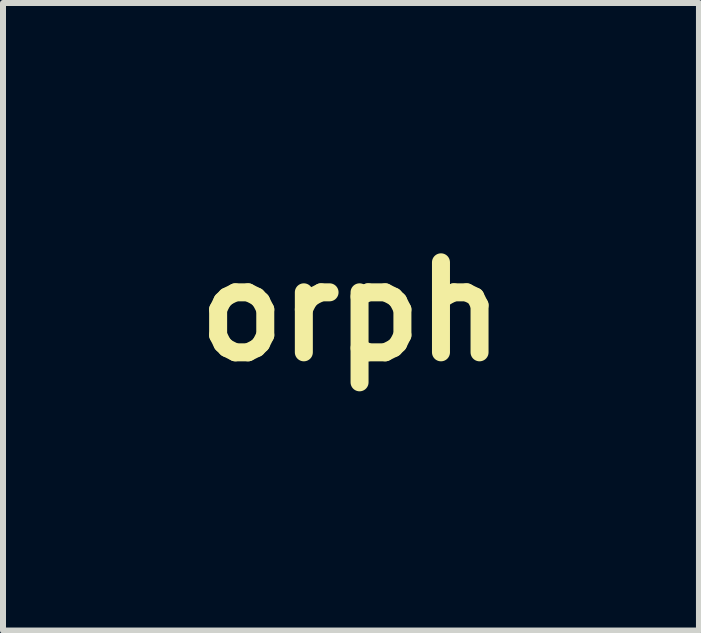
<source format=kicad_pcb>
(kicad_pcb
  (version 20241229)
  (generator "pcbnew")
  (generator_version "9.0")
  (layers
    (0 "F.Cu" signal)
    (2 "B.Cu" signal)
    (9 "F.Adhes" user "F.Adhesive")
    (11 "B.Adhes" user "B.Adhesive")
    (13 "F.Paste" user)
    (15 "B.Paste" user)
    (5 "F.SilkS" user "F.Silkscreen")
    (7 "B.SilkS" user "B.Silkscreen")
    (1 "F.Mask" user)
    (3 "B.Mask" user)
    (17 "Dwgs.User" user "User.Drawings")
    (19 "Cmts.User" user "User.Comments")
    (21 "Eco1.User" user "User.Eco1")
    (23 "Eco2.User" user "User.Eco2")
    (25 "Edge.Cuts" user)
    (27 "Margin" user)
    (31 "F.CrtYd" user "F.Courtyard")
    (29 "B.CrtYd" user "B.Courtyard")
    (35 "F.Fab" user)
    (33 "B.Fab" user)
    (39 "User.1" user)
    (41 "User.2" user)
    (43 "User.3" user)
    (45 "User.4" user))
  (footprint "orph"
    (layer "F.Cu")
    (at 2.8 2.144)
    (property "Reference" "orph" (at 0 0 0) (layer "F.SilkS") (effects (font (size 1.5 1.5) (thickness 0.3))))
    (attr board_only exclude_from_pos_files exclude_from_bom)
    (fp_poly (pts (xy -2.463 1.264) (xy -2.468 1.269) (xy -2.472 1.264) (xy -2.468 1.259)) (stroke (width 0) (type solid)) (fill yes) (layer "F.Mask"))
    (fp_poly (pts (xy -2.426 1.292) (xy -2.431 1.296) (xy -2.435 1.292) (xy -2.431 1.287)) (stroke (width 0) (type solid)) (fill yes) (layer "F.Mask"))
    (fp_poly (pts (xy -2.389 1.32) (xy -2.394 1.324) (xy -2.398 1.32) (xy -2.394 1.315)) (stroke (width 0) (type solid)) (fill yes) (layer "F.Mask"))
    (fp_poly (pts (xy -2.324 1.366) (xy -2.329 1.37) (xy -2.334 1.366) (xy -2.329 1.361)) (stroke (width 0) (type solid)) (fill yes) (layer "F.Mask"))
    (fp_poly (pts (xy -2.259 1.412) (xy -2.264 1.417) (xy -2.269 1.412) (xy -2.264 1.408)) (stroke (width 0) (type solid)) (fill yes) (layer "F.Mask"))
    (fp_poly (pts (xy -2.195 1.458) (xy -2.199 1.463) (xy -2.204 1.458) (xy -2.199 1.454)) (stroke (width 0) (type solid)) (fill yes) (layer "F.Mask"))
    (fp_poly (pts (xy -2.158 1.486) (xy -2.162 1.491) (xy -2.167 1.486) (xy -2.162 1.482)) (stroke (width 0) (type solid)) (fill yes) (layer "F.Mask"))
    (fp_poly (pts (xy -2.13 1.505) (xy -2.134 1.509) (xy -2.139 1.505) (xy -2.134 1.5)) (stroke (width 0) (type solid)) (fill yes) (layer "F.Mask"))
    (fp_poly (pts (xy -2.083 2.162) (xy -2.088 2.167) (xy -2.093 2.162) (xy -2.088 2.158)) (stroke (width 0) (type solid)) (fill yes) (layer "F.Mask"))
    (fp_poly (pts (xy -1.88 2.19) (xy -1.884 2.195) (xy -1.889 2.19) (xy -1.884 2.185)) (stroke (width 0) (type solid)) (fill yes) (layer "F.Mask"))
    (fp_poly (pts (xy -1.833 2.199) (xy -1.838 2.204) (xy -1.843 2.199) (xy -1.838 2.195)) (stroke (width 0) (type solid)) (fill yes) (layer "F.Mask"))
    (fp_poly (pts (xy -1.796 2.208) (xy -1.801 2.213) (xy -1.806 2.208) (xy -1.801 2.204)) (stroke (width 0) (type solid)) (fill yes) (layer "F.Mask"))
    (fp_poly (pts (xy -1.732 2.227) (xy -1.736 2.232) (xy -1.741 2.227) (xy -1.736 2.222)) (stroke (width 0) (type solid)) (fill yes) (layer "F.Mask"))
    (fp_poly (pts (xy -1.704 2.236) (xy -1.708 2.241) (xy -1.713 2.236) (xy -1.708 2.232)) (stroke (width 0) (type solid)) (fill yes) (layer "F.Mask"))
    (fp_poly (pts (xy -1.676 2.246) (xy -1.681 2.25) (xy -1.685 2.246) (xy -1.681 2.241)) (stroke (width 0) (type solid)) (fill yes) (layer "F.Mask"))
    (fp_poly (pts (xy -1.583 2.273) (xy -1.588 2.278) (xy -1.593 2.273) (xy -1.588 2.269)) (stroke (width 0) (type solid)) (fill yes) (layer "F.Mask"))
    (fp_poly (pts (xy -1.546 2.283) (xy -1.551 2.287) (xy -1.556 2.283) (xy -1.551 2.278)) (stroke (width 0) (type solid)) (fill yes) (layer "F.Mask"))
    (fp_poly (pts (xy -1.509 2.292) (xy -1.514 2.296) (xy -1.519 2.292) (xy -1.514 2.287)) (stroke (width 0) (type solid)) (fill yes) (layer "F.Mask"))
    (fp_poly (pts (xy -1.463 2.301) (xy -1.468 2.306) (xy -1.472 2.301) (xy -1.468 2.296)) (stroke (width 0) (type solid)) (fill yes) (layer "F.Mask"))
    (fp_poly (pts (xy -1.445 -0.468) (xy -1.449 -0.463) (xy -1.454 -0.468) (xy -1.449 -0.472)) (stroke (width 0) (type solid)) (fill yes) (layer "F.Mask"))
    (fp_poly (pts (xy -1.37 -0.431) (xy -1.375 -0.426) (xy -1.38 -0.431) (xy -1.375 -0.435)) (stroke (width 0) (type solid)) (fill yes) (layer "F.Mask"))
    (fp_poly (pts (xy -1.343 -0.421) (xy -1.347 -0.417) (xy -1.352 -0.421) (xy -1.347 -0.426)) (stroke (width 0) (type solid)) (fill yes) (layer "F.Mask"))
    (fp_poly (pts (xy -1.13 2.292) (xy -1.134 2.296) (xy -1.139 2.292) (xy -1.134 2.287)) (stroke (width 0) (type solid)) (fill yes) (layer "F.Mask"))
    (fp_poly (pts (xy -1.102 -0.421) (xy -1.107 -0.417) (xy -1.111 -0.421) (xy -1.107 -0.426)) (stroke (width 0) (type solid)) (fill yes) (layer "F.Mask"))
    (fp_poly (pts (xy -1.102 2.283) (xy -1.107 2.287) (xy -1.111 2.283) (xy -1.107 2.278)) (stroke (width 0) (type solid)) (fill yes) (layer "F.Mask"))
    (fp_poly (pts (xy -1.074 2.273) (xy -1.079 2.278) (xy -1.083 2.273) (xy -1.079 2.269)) (stroke (width 0) (type solid)) (fill yes) (layer "F.Mask"))
    (fp_poly (pts (xy -1.056 -0.431) (xy -1.06 -0.426) (xy -1.065 -0.431) (xy -1.06 -0.435)) (stroke (width 0) (type solid)) (fill yes) (layer "F.Mask"))
    (fp_poly (pts (xy -1.028 2.255) (xy -1.032 2.259) (xy -1.037 2.255) (xy -1.032 2.25)) (stroke (width 0) (type solid)) (fill yes) (layer "F.Mask"))
    (fp_poly (pts (xy -1.019 -0.44) (xy -1.023 -0.435) (xy -1.028 -0.44) (xy -1.023 -0.444)) (stroke (width 0) (type solid)) (fill yes) (layer "F.Mask"))
    (fp_poly (pts (xy -0.991 -1.292) (xy -0.995 -1.287) (xy -1 -1.292) (xy -0.995 -1.296)) (stroke (width 0) (type solid)) (fill yes) (layer "F.Mask"))
    (fp_poly (pts (xy -0.982 -1.32) (xy -0.986 -1.315) (xy -0.991 -1.32) (xy -0.986 -1.324)) (stroke (width 0) (type solid)) (fill yes) (layer "F.Mask"))
    (fp_poly (pts (xy -0.982 -0.449) (xy -0.986 -0.444) (xy -0.991 -0.449) (xy -0.986 -0.454)) (stroke (width 0) (type solid)) (fill yes) (layer "F.Mask"))
    (fp_poly (pts (xy -0.945 -0.458) (xy -0.949 -0.454) (xy -0.954 -0.458) (xy -0.949 -0.463)) (stroke (width 0) (type solid)) (fill yes) (layer "F.Mask"))
    (fp_poly (pts (xy -0.917 2.199) (xy -0.921 2.204) (xy -0.926 2.199) (xy -0.921 2.195)) (stroke (width 0) (type solid)) (fill yes) (layer "F.Mask"))
    (fp_poly (pts (xy -0.88 -0.477) (xy -0.884 -0.472) (xy -0.889 -0.477) (xy -0.884 -0.482)) (stroke (width 0) (type solid)) (fill yes) (layer "F.Mask"))
    (fp_poly (pts (xy -0.815 -0.495) (xy -0.82 -0.491) (xy -0.824 -0.495) (xy -0.82 -0.5)) (stroke (width 0) (type solid)) (fill yes) (layer "F.Mask"))
    (fp_poly (pts (xy -0.787 -0.505) (xy -0.792 -0.5) (xy -0.796 -0.505) (xy -0.792 -0.509)) (stroke (width 0) (type solid)) (fill yes) (layer "F.Mask"))
    (fp_poly (pts (xy -0.778 2.107) (xy -0.782 2.111) (xy -0.787 2.107) (xy -0.782 2.102)) (stroke (width 0) (type solid)) (fill yes) (layer "F.Mask"))
    (fp_poly (pts (xy -0.741 2.079) (xy -0.745 2.083) (xy -0.75 2.079) (xy -0.745 2.074)) (stroke (width 0) (type solid)) (fill yes) (layer "F.Mask"))
    (fp_poly (pts (xy -0.694 -0.532) (xy -0.699 -0.528) (xy -0.704 -0.532) (xy -0.699 -0.537)) (stroke (width 0) (type solid)) (fill yes) (layer "F.Mask"))
    (fp_poly (pts (xy -0.63 -0.532) (xy -0.634 -0.528) (xy -0.639 -0.532) (xy -0.634 -0.537)) (stroke (width 0) (type solid)) (fill yes) (layer "F.Mask"))
    (fp_poly (pts (xy -0.537 1.718) (xy -0.542 1.722) (xy -0.546 1.718) (xy -0.542 1.713)) (stroke (width 0) (type solid)) (fill yes) (layer "F.Mask"))
    (fp_poly (pts (xy -0.435 1.681) (xy -0.44 1.685) (xy -0.444 1.681) (xy -0.44 1.676)) (stroke (width 0) (type solid)) (fill yes) (layer "F.Mask"))
    (fp_poly (pts (xy -0.407 1.671) (xy -0.412 1.676) (xy -0.417 1.671) (xy -0.412 1.667)) (stroke (width 0) (type solid)) (fill yes) (layer "F.Mask"))
    (fp_poly (pts (xy -0.38 1.662) (xy -0.384 1.667) (xy -0.389 1.662) (xy -0.384 1.658)) (stroke (width 0) (type solid)) (fill yes) (layer "F.Mask"))
    (fp_poly (pts (xy -0.352 1.653) (xy -0.357 1.658) (xy -0.361 1.653) (xy -0.357 1.648)) (stroke (width 0) (type solid)) (fill yes) (layer "F.Mask"))
    (fp_poly (pts (xy -0.074 1.56) (xy -0.079 1.565) (xy -0.083 1.56) (xy -0.079 1.556)) (stroke (width 0) (type solid)) (fill yes) (layer "F.Mask"))
    (fp_poly (pts (xy -0.046 1.551) (xy -0.051 1.556) (xy -0.056 1.551) (xy -0.051 1.546)) (stroke (width 0) (type solid)) (fill yes) (layer "F.Mask"))
    (fp_poly (pts (xy -0.019 1.542) (xy -0.023 1.546) (xy -0.028 1.542) (xy -0.023 1.537)) (stroke (width 0) (type solid)) (fill yes) (layer "F.Mask"))
    (fp_poly (pts (xy 0.009 1.533) (xy 0.005 1.537) (xy -0.000001 1.533) (xy 0.005 1.528)) (stroke (width 0) (type solid)) (fill yes) (layer "F.Mask"))
    (fp_poly (pts (xy 0.037 1.523) (xy 0.032 1.528) (xy 0.028 1.523) (xy 0.032 1.519)) (stroke (width 0) (type solid)) (fill yes) (layer "F.Mask"))
    (fp_poly (pts (xy 0.13 1.495) (xy 0.125 1.5) (xy 0.12 1.495) (xy 0.125 1.491)) (stroke (width 0) (type solid)) (fill yes) (layer "F.Mask"))
    (fp_poly (pts (xy 0.157 1.486) (xy 0.153 1.491) (xy 0.148 1.486) (xy 0.153 1.482)) (stroke (width 0) (type solid)) (fill yes) (layer "F.Mask"))
    (fp_poly (pts (xy 0.185 1.477) (xy 0.181 1.482) (xy 0.176 1.477) (xy 0.181 1.472)) (stroke (width 0) (type solid)) (fill yes) (layer "F.Mask"))
    (fp_poly (pts (xy 0.25 1.458) (xy 0.245 1.463) (xy 0.241 1.458) (xy 0.245 1.454)) (stroke (width 0) (type solid)) (fill yes) (layer "F.Mask"))
    (fp_poly (pts (xy 0.278 1.449) (xy 0.273 1.454) (xy 0.269 1.449) (xy 0.273 1.445)) (stroke (width 0) (type solid)) (fill yes) (layer "F.Mask"))
    (fp_poly (pts (xy 0.343 1.431) (xy 0.338 1.435) (xy 0.333 1.431) (xy 0.338 1.426)) (stroke (width 0) (type solid)) (fill yes) (layer "F.Mask"))
    (fp_poly (pts (xy 0.37 1.421) (xy 0.366 1.426) (xy 0.361 1.421) (xy 0.366 1.417)) (stroke (width 0) (type solid)) (fill yes) (layer "F.Mask"))
    (fp_poly (pts (xy 0.435 1.403) (xy 0.431 1.408) (xy 0.426 1.403) (xy 0.431 1.398)) (stroke (width 0) (type solid)) (fill yes) (layer "F.Mask"))
    (fp_poly (pts (xy 0.5 1.384) (xy 0.495 1.389) (xy 0.491 1.384) (xy 0.495 1.38)) (stroke (width 0) (type solid)) (fill yes) (layer "F.Mask"))
    (fp_poly (pts (xy 0.528 1.375) (xy 0.523 1.38) (xy 0.519 1.375) (xy 0.523 1.37)) (stroke (width 0) (type solid)) (fill yes) (layer "F.Mask"))
    (fp_poly (pts (xy 0.565 1.366) (xy 0.56 1.37) (xy 0.556 1.366) (xy 0.56 1.361)) (stroke (width 0) (type solid)) (fill yes) (layer "F.Mask"))
    (fp_poly (pts (xy 0.593 1.357) (xy 0.588 1.361) (xy 0.583 1.357) (xy 0.588 1.352)) (stroke (width 0) (type solid)) (fill yes) (layer "F.Mask"))
    (fp_poly (pts (xy 0.63 1.347) (xy 0.625 1.352) (xy 0.62 1.347) (xy 0.625 1.343)) (stroke (width 0) (type solid)) (fill yes) (layer "F.Mask"))
    (fp_poly (pts (xy 0.657 1.338) (xy 0.653 1.343) (xy 0.648 1.338) (xy 0.653 1.333)) (stroke (width 0) (type solid)) (fill yes) (layer "F.Mask"))
    (fp_poly (pts (xy 0.694 1.329) (xy 0.69 1.333) (xy 0.685 1.329) (xy 0.69 1.324)) (stroke (width 0) (type solid)) (fill yes) (layer "F.Mask"))
    (fp_poly (pts (xy 0.759 1.31) (xy 0.755 1.315) (xy 0.75 1.31) (xy 0.755 1.306)) (stroke (width 0) (type solid)) (fill yes) (layer "F.Mask"))
    (fp_poly (pts (xy 0.824 1.292) (xy 0.82 1.296) (xy 0.815 1.292) (xy 0.82 1.287)) (stroke (width 0) (type solid)) (fill yes) (layer "F.Mask"))
    (fp_poly (pts (xy 0.861 1.283) (xy 0.857 1.287) (xy 0.852 1.283) (xy 0.857 1.278)) (stroke (width 0) (type solid)) (fill yes) (layer "F.Mask"))
    (fp_poly (pts (xy 0.926 1.264) (xy 0.921 1.269) (xy 0.917 1.264) (xy 0.921 1.259)) (stroke (width 0) (type solid)) (fill yes) (layer "F.Mask"))
    (fp_poly (pts (xy 0.963 1.255) (xy 0.958 1.259) (xy 0.954 1.255) (xy 0.958 1.25)) (stroke (width 0) (type solid)) (fill yes) (layer "F.Mask"))
    (fp_poly (pts (xy 1.028 1.236) (xy 1.023 1.241) (xy 1.019 1.236) (xy 1.023 1.232)) (stroke (width 0) (type solid)) (fill yes) (layer "F.Mask"))
    (fp_poly (pts (xy 1.065 1.227) (xy 1.06 1.232) (xy 1.056 1.227) (xy 1.06 1.222)) (stroke (width 0) (type solid)) (fill yes) (layer "F.Mask"))
    (fp_poly (pts (xy 1.102 1.218) (xy 1.097 1.222) (xy 1.093 1.218) (xy 1.097 1.213)) (stroke (width 0) (type solid)) (fill yes) (layer "F.Mask"))
    (fp_poly (pts (xy 1.139 1.208) (xy 1.134 1.213) (xy 1.13 1.208) (xy 1.134 1.204)) (stroke (width 0) (type solid)) (fill yes) (layer "F.Mask"))
    (fp_poly (pts (xy 1.241 1.181) (xy 1.236 1.185) (xy 1.232 1.181) (xy 1.236 1.176)) (stroke (width 0) (type solid)) (fill yes) (layer "F.Mask"))
    (fp_poly (pts (xy 1.278 1.171) (xy 1.273 1.176) (xy 1.269 1.171) (xy 1.273 1.167)) (stroke (width 0) (type solid)) (fill yes) (layer "F.Mask"))
    (fp_poly (pts (xy 1.315 1.162) (xy 1.31 1.167) (xy 1.306 1.162) (xy 1.31 1.157)) (stroke (width 0) (type solid)) (fill yes) (layer "F.Mask"))
    (fp_poly (pts (xy 1.352 1.153) (xy 1.347 1.157) (xy 1.343 1.153) (xy 1.347 1.148)) (stroke (width 0) (type solid)) (fill yes) (layer "F.Mask"))
    (fp_poly (pts (xy 1.389 1.144) (xy 1.384 1.148) (xy 1.38 1.144) (xy 1.384 1.139)) (stroke (width 0) (type solid)) (fill yes) (layer "F.Mask"))
    (fp_poly (pts (xy 1.398 -1.097) (xy 1.394 -1.093) (xy 1.389 -1.097) (xy 1.394 -1.102)) (stroke (width 0) (type solid)) (fill yes) (layer "F.Mask"))
    (fp_poly (pts (xy 1.417 -1.005) (xy 1.412 -1) (xy 1.408 -1.005) (xy 1.412 -1.009)) (stroke (width 0) (type solid)) (fill yes) (layer "F.Mask"))
    (fp_poly (pts (xy 1.435 -1.134) (xy 1.431 -1.13) (xy 1.426 -1.134) (xy 1.431 -1.139)) (stroke (width 0) (type solid)) (fill yes) (layer "F.Mask"))
    (fp_poly (pts (xy 1.482 -1.153) (xy 1.477 -1.148) (xy 1.472 -1.153) (xy 1.477 -1.157)) (stroke (width 0) (type solid)) (fill yes) (layer "F.Mask"))
    (fp_poly (pts (xy 1.528 -1.171) (xy 1.523 -1.167) (xy 1.519 -1.171) (xy 1.523 -1.176)) (stroke (width 0) (type solid)) (fill yes) (layer "F.Mask"))
    (fp_poly (pts (xy 1.528 1.107) (xy 1.523 1.111) (xy 1.519 1.107) (xy 1.523 1.102)) (stroke (width 0) (type solid)) (fill yes) (layer "F.Mask"))
    (fp_poly (pts (xy 1.556 -0.486) (xy 1.551 -0.482) (xy 1.546 -0.486) (xy 1.551 -0.491)) (stroke (width 0) (type solid)) (fill yes) (layer "F.Mask"))
    (fp_poly (pts (xy 1.676 1.07) (xy 1.671 1.074) (xy 1.667 1.07) (xy 1.671 1.065)) (stroke (width 0) (type solid)) (fill yes) (layer "F.Mask"))
    (fp_poly (pts (xy 1.75 1.051) (xy 1.745 1.056) (xy 1.741 1.051) (xy 1.745 1.046)) (stroke (width 0) (type solid)) (fill yes) (layer "F.Mask"))
    (fp_poly (pts (xy 1.945 1.005) (xy 1.94 1.009) (xy 1.935 1.005) (xy 1.94 1)) (stroke (width 0) (type solid)) (fill yes) (layer "F.Mask"))
    (fp_poly (pts (xy 1.982 0.995) (xy 1.977 1) (xy 1.972 0.995) (xy 1.977 0.991)) (stroke (width 0) (type solid)) (fill yes) (layer "F.Mask"))
    (fp_poly (pts (xy 2.019 0.986) (xy 2.014 0.991) (xy 2.009 0.986) (xy 2.014 0.982)) (stroke (width 0) (type solid)) (fill yes) (layer "F.Mask"))
    (fp_poly (pts (xy 2.056 0.977) (xy 2.051 0.982) (xy 2.046 0.977) (xy 2.051 0.972)) (stroke (width 0) (type solid)) (fill yes) (layer "F.Mask"))
    (fp_poly (pts (xy 2.093 0.968) (xy 2.088 0.972) (xy 2.083 0.968) (xy 2.088 0.963)) (stroke (width 0) (type solid)) (fill yes) (layer "F.Mask"))
    (fp_poly (pts (xy 2.13 0.958) (xy 2.125 0.963) (xy 2.121 0.958) (xy 2.125 0.954)) (stroke (width 0) (type solid)) (fill yes) (layer "F.Mask"))
    (fp_poly (pts (xy 2.167 0.949) (xy 2.162 0.954) (xy 2.158 0.949) (xy 2.162 0.945)) (stroke (width 0) (type solid)) (fill yes) (layer "F.Mask"))
    (fp_poly (pts (xy 2.204 0.94) (xy 2.199 0.945) (xy 2.195 0.94) (xy 2.199 0.935)) (stroke (width 0) (type solid)) (fill yes) (layer "F.Mask"))
    (fp_poly (pts (xy 2.315 0.912) (xy 2.31 0.917) (xy 2.306 0.912) (xy 2.31 0.907)) (stroke (width 0) (type solid)) (fill yes) (layer "F.Mask"))
    (fp_poly (pts (xy 2.426 0.875) (xy 2.421 0.88) (xy 2.417 0.875) (xy 2.421 0.87)) (stroke (width 0) (type solid)) (fill yes) (layer "F.Mask"))
    (fp_poly (pts (xy 2.491 0.847) (xy 2.486 0.852) (xy 2.482 0.847) (xy 2.486 0.843)) (stroke (width 0) (type solid)) (fill yes) (layer "F.Mask"))
    (fp_poly (pts (xy 2.556 0.81) (xy 2.551 0.815) (xy 2.546 0.81) (xy 2.551 0.806)) (stroke (width 0) (type solid)) (fill yes) (layer "F.Mask"))
    (fp_poly (pts (xy 2.593 0.782) (xy 2.588 0.787) (xy 2.584 0.782) (xy 2.588 0.778)) (stroke (width 0) (type solid)) (fill yes) (layer "F.Mask"))
    (fp_poly (pts (xy -2.068 1.587) (xy -2.067 1.598) (xy -2.068 1.599) (xy -2.074 1.598) (xy -2.074 1.593) (xy -2.071 1.585)) (stroke (width 0) (type solid)) (fill yes) (layer "F.Mask"))
    (fp_poly (pts (xy -1.938 2.18) (xy -1.941 2.184) (xy -1.95 2.185) (xy -1.96 2.182) (xy -1.956 2.179) (xy -1.941 2.178)) (stroke (width 0) (type solid)) (fill yes) (layer "F.Mask"))
    (fp_poly (pts (xy -1.392 2.309) (xy -1.393 2.314) (xy -1.398 2.315) (xy -1.406 2.312) (xy -1.404 2.309) (xy -1.393 2.308)) (stroke (width 0) (type solid)) (fill yes) (layer "F.Mask"))
    (fp_poly (pts (xy -1.29 -0.414) (xy -1.291 -0.408) (xy -1.296 -0.407) (xy -1.304 -0.411) (xy -1.303 -0.414) (xy -1.292 -0.415)) (stroke (width 0) (type solid)) (fill yes) (layer "F.Mask"))
    (fp_poly (pts (xy -1.225 2.309) (xy -1.227 2.314) (xy -1.232 2.315) (xy -1.239 2.312) (xy -1.238 2.309) (xy -1.227 2.308)) (stroke (width 0) (type solid)) (fill yes) (layer "F.Mask"))
    (fp_poly (pts (xy -1.161 -0.414) (xy -1.162 -0.408) (xy -1.167 -0.407) (xy -1.174 -0.411) (xy -1.173 -0.414) (xy -1.162 -0.415)) (stroke (width 0) (type solid)) (fill yes) (layer "F.Mask"))
    (fp_poly (pts (xy -0.586 -0.465) (xy -0.585 -0.45) (xy -0.587 -0.447) (xy -0.591 -0.45) (xy -0.592 -0.459) (xy -0.59 -0.469)) (stroke (width 0) (type solid)) (fill yes) (layer "F.Mask"))
    (fp_poly (pts (xy -1.502 -0.515) (xy -1.492 -0.505) (xy -1.494 -0.5) (xy -1.495 -0.5) (xy -1.503 -0.507) (xy -1.506 -0.511) (xy -1.507 -0.517)) (stroke (width 0) (type solid)) (fill yes) (layer "F.Mask"))
    (fp_poly (pts (xy -1.23 1.925) (xy -1.22 1.946) (xy -1.214 1.975) (xy -1.213 1.995) (xy -1.212 2.015) (xy -1.204 2.022) (xy -1.185 2.021) (xy -1.164 2.022) (xy -1.157 2.03) (xy -1.163 2.04) (xy -1.184 2.049) (xy -1.186 2.05) (xy -1.216 2.055) (xy -1.232 2.053) (xy -1.24 2.042) (xy -1.244 2.027) (xy -1.249 1.996) (xy -1.25 1.964) (xy -1.248 1.937) (xy -1.244 1.92) (xy -1.241 1.917)) (stroke (width 0) (type solid)) (fill yes) (layer "F.Mask"))
    (fp_poly (pts (xy -1.296 1.928) (xy -1.278 1.935) (xy -1.27 1.947) (xy -1.273 1.959) (xy -1.287 1.963) (xy -1.305 1.969) (xy -1.312 1.978) (xy -1.313 1.997) (xy -1.306 2.017) (xy -1.294 2.031) (xy -1.283 2.034) (xy -1.268 2.034) (xy -1.262 2.046) (xy -1.269 2.061) (xy -1.288 2.073) (xy -1.31 2.068) (xy -1.324 2.056) (xy -1.339 2.03) (xy -1.343 1.997) (xy -1.338 1.959) (xy -1.324 1.935) (xy -1.302 1.927)) (stroke (width 0) (type solid)) (fill yes) (layer "F.Mask"))
    (fp_poly (pts (xy -1.536 1.856) (xy -1.516 1.868) (xy -1.509 1.886) (xy -1.517 1.895) (xy -1.532 1.898) (xy -1.555 1.906) (xy -1.57 1.93) (xy -1.574 1.962) (xy -1.571 1.984) (xy -1.56 1.991) (xy -1.549 1.997) (xy -1.549 2.01) (xy -1.557 2.022) (xy -1.565 2.025) (xy -1.584 2.023) (xy -1.595 2.018) (xy -1.61 1.999) (xy -1.616 1.97) (xy -1.614 1.937) (xy -1.604 1.903) (xy -1.588 1.875) (xy -1.567 1.858) (xy -1.561 1.856)) (stroke (width 0) (type solid)) (fill yes) (layer "F.Mask"))
    (fp_poly (pts (xy -1.094 1.906) (xy -1.085 1.929) (xy -1.082 1.966) (xy -1.085 1.999) (xy -1.098 2.02) (xy -1.117 2.027) (xy -1.14 2.017) (xy -1.141 2.016) (xy -1.154 1.998) (xy -1.167 1.97) (xy -1.175 1.939) (xy -1.176 1.925) (xy -1.172 1.909) (xy -1.164 1.908) (xy -1.153 1.919) (xy -1.143 1.94) (xy -1.14 1.949) (xy -1.13 1.979) (xy -1.121 1.991) (xy -1.115 1.985) (xy -1.114 1.961) (xy -1.116 1.945) (xy -1.119 1.917) (xy -1.117 1.903) (xy -1.11 1.898) (xy -1.108 1.898)) (stroke (width 0) (type solid)) (fill yes) (layer "F.Mask"))
    (fp_poly (pts (xy -1.827 1.781) (xy -1.817 1.8) (xy -1.815 1.816) (xy -1.811 1.837) (xy -1.8 1.841) (xy -1.782 1.829) (xy -1.773 1.818) (xy -1.753 1.801) (xy -1.737 1.798) (xy -1.727 1.81) (xy -1.728 1.831) (xy -1.741 1.876) (xy -1.756 1.914) (xy -1.771 1.941) (xy -1.785 1.957) (xy -1.796 1.958) (xy -1.802 1.949) (xy -1.805 1.929) (xy -1.803 1.917) (xy -1.804 1.897) (xy -1.815 1.889) (xy -1.832 1.892) (xy -1.845 1.904) (xy -1.863 1.92) (xy -1.879 1.926) (xy -1.888 1.918) (xy -1.889 1.912) (xy -1.887 1.894) (xy -1.88 1.866) (xy -1.872 1.834) (xy -1.863 1.804) (xy -1.855 1.782) (xy -1.851 1.774) (xy -1.839 1.771)) (stroke (width 0) (type solid)) (fill yes) (layer "F.Mask"))
    (fp_poly (pts (xy -1.461 1.892) (xy -1.456 1.909) (xy -1.452 1.927) (xy -1.442 1.929) (xy -1.43 1.924) (xy -1.409 1.918) (xy -1.402 1.924) (xy -1.408 1.941) (xy -1.416 1.953) (xy -1.429 1.975) (xy -1.429 1.994) (xy -1.426 2.005) (xy -1.421 2.029) (xy -1.423 2.05) (xy -1.43 2.064) (xy -1.434 2.065) (xy -1.446 2.059) (xy -1.452 2.054) (xy -1.461 2.036) (xy -1.463 2.021) (xy -1.466 2.004) (xy -1.476 2.003) (xy -1.489 2.019) (xy -1.502 2.032) (xy -1.517 2.037) (xy -1.527 2.032) (xy -1.528 2.027) (xy -1.524 2.013) (xy -1.515 1.993) (xy -1.506 1.968) (xy -1.497 1.935) (xy -1.495 1.923) (xy -1.49 1.896) (xy -1.482 1.883) (xy -1.474 1.882)) (stroke (width 0) (type solid)) (fill yes) (layer "F.Mask"))
    (fp_poly (pts (xy -1.643 1.821) (xy -1.638 1.829) (xy -1.635 1.846) (xy -1.635 1.876) (xy -1.635 1.89) (xy -1.637 1.938) (xy -1.645 1.97) (xy -1.658 1.987) (xy -1.674 1.991) (xy -1.683 1.985) (xy -1.683 1.968) (xy -1.683 1.949) (xy -1.694 1.946) (xy -1.713 1.958) (xy -1.715 1.96) (xy -1.732 1.97) (xy -1.741 1.967) (xy -1.741 1.954) (xy -1.733 1.932) (xy -1.719 1.903) (xy -1.711 1.89) (xy -1.676 1.89) (xy -1.669 1.898) (xy -1.667 1.898) (xy -1.659 1.891) (xy -1.658 1.884) (xy -1.662 1.874) (xy -1.667 1.875) (xy -1.676 1.887) (xy -1.676 1.89) (xy -1.711 1.89) (xy -1.701 1.873) (xy -1.682 1.847) (xy -1.665 1.827) (xy -1.653 1.82) (xy -1.653 1.82)) (stroke (width 0) (type solid)) (fill yes) (layer "F.Mask"))
    (fp_poly (pts (xy -1.02 1.875) (xy -1.004 1.887) (xy -1.002 1.894) (xy -0.995 1.917) (xy -0.989 1.933) (xy -0.984 1.952) (xy -0.992 1.969) (xy -0.995 1.972) (xy -1.016 1.986) (xy -1.033 1.991) (xy -1.046 1.988) (xy -1.055 1.978) (xy -1.062 1.955) (xy -1.062 1.954) (xy -1.037 1.954) (xy -1.03 1.963) (xy -1.028 1.963) (xy -1.016 1.956) (xy -1.014 1.954) (xy -1.016 1.946) (xy -1.023 1.945) (xy -1.035 1.949) (xy -1.037 1.954) (xy -1.062 1.954) (xy -1.066 1.939) (xy -1.072 1.909) (xy -1.072 1.908) (xy -1.046 1.908) (xy -1.039 1.917) (xy -1.037 1.917) (xy -1.028 1.91) (xy -1.028 1.908) (xy -1.035 1.899) (xy -1.037 1.898) (xy -1.046 1.905) (xy -1.046 1.908) (xy -1.072 1.908) (xy -1.073 1.891) (xy -1.068 1.882) (xy -1.064 1.879) (xy -1.042 1.872)) (stroke (width 0) (type solid)) (fill yes) (layer "F.Mask"))
    (fp_poly (pts (xy -1.163 1.353) (xy -1.139 1.359) (xy -1.119 1.37) (xy -1.112 1.376) (xy -1.091 1.399) (xy -1.084 1.425) (xy -1.083 1.431) (xy -1.087 1.455) (xy -1.1 1.473) (xy -1.126 1.487) (xy -1.165 1.499) (xy -1.191 1.505) (xy -1.234 1.513) (xy -1.265 1.517) (xy -1.286 1.517) (xy -1.305 1.511) (xy -1.315 1.507) (xy -1.339 1.485) (xy -1.349 1.454) (xy -1.347 1.442) (xy -1.314 1.442) (xy -1.312 1.468) (xy -1.302 1.479) (xy -1.286 1.48) (xy -1.259 1.47) (xy -1.245 1.463) (xy -1.201 1.449) (xy -1.16 1.445) (xy -1.127 1.442) (xy -1.112 1.434) (xy -1.114 1.42) (xy -1.131 1.402) (xy -1.155 1.39) (xy -1.19 1.385) (xy -1.23 1.386) (xy -1.267 1.394) (xy -1.276 1.398) (xy -1.302 1.416) (xy -1.314 1.442) (xy -1.347 1.442) (xy -1.344 1.419) (xy -1.343 1.416) (xy -1.321 1.387) (xy -1.284 1.366) (xy -1.234 1.354) (xy -1.198 1.352)) (stroke (width 0) (type solid)) (fill yes) (layer "F.Mask"))
    (fp_poly (pts (xy -1.061 0.773) (xy -1.035 0.785) (xy -1.004 0.801) (xy -0.97 0.821) (xy -0.937 0.84) (xy -0.91 0.858) (xy -0.893 0.872) (xy -0.889 0.877) (xy -0.897 0.886) (xy -0.918 0.9) (xy -0.95 0.918) (xy -0.988 0.939) (xy -1.029 0.959) (xy -1.071 0.978) (xy -1.085 0.984) (xy -1.12 0.999) (xy -1.189 0.944) (xy -1.22 0.919) (xy -1.243 0.897) (xy -1.253 0.886) (xy -1.206 0.886) (xy -1.197 0.896) (xy -1.176 0.913) (xy -1.169 0.919) (xy -1.144 0.937) (xy -1.122 0.95) (xy -1.113 0.953) (xy -1.099 0.95) (xy -1.073 0.94) (xy -1.04 0.925) (xy -1.021 0.917) (xy -0.983 0.899) (xy -0.961 0.887) (xy -0.954 0.876) (xy -0.962 0.865) (xy -0.986 0.85) (xy -1.025 0.828) (xy -1.026 0.828) (xy -1.074 0.801) (xy -1.124 0.828) (xy -1.154 0.845) (xy -1.181 0.861) (xy -1.193 0.87) (xy -1.204 0.878) (xy -1.206 0.886) (xy -1.253 0.886) (xy -1.257 0.882) (xy -1.259 0.877) (xy -1.252 0.868) (xy -1.231 0.853) (xy -1.203 0.835) (xy -1.17 0.815) (xy -1.136 0.796) (xy -1.107 0.78) (xy -1.085 0.771) (xy -1.076 0.769)) (stroke (width 0) (type solid)) (fill yes) (layer "F.Mask"))
    (fp_poly (pts (xy -2.03 0.746) (xy -2.001 0.764) (xy -1.996 0.771) (xy -1.983 0.803) (xy -1.985 0.837) (xy -2.001 0.868) (xy -2.027 0.895) (xy -2.061 0.916) (xy -2.1 0.928) (xy -2.143 0.929) (xy -2.164 0.925) (xy -2.197 0.907) (xy -2.217 0.883) (xy -2.125 0.883) (xy -2.124 0.89) (xy -2.112 0.895) (xy -2.089 0.892) (xy -2.064 0.882) (xy -2.052 0.874) (xy -2.041 0.865) (xy -2.043 0.862) (xy -2.062 0.861) (xy -2.064 0.861) (xy -2.092 0.864) (xy -2.114 0.872) (xy -2.125 0.883) (xy -2.217 0.883) (xy -2.22 0.879) (xy -2.231 0.845) (xy -2.23 0.837) (xy -2.195 0.837) (xy -2.191 0.866) (xy -2.182 0.879) (xy -2.167 0.875) (xy -2.156 0.864) (xy -2.131 0.845) (xy -2.096 0.831) (xy -2.057 0.824) (xy -2.051 0.824) (xy -2.029 0.822) (xy -2.02 0.814) (xy -2.019 0.806) (xy -2.027 0.786) (xy -2.05 0.774) (xy -2.086 0.77) (xy -2.103 0.771) (xy -2.149 0.78) (xy -2.179 0.798) (xy -2.193 0.824) (xy -2.195 0.837) (xy -2.23 0.837) (xy -2.227 0.809) (xy -2.217 0.789) (xy -2.19 0.764) (xy -2.153 0.746) (xy -2.111 0.737) (xy -2.068 0.737)) (stroke (width 0) (type solid)) (fill yes) (layer "F.Mask"))
    (fp_poly (pts (xy -1.73 1.701) (xy -1.65 1.719) (xy -1.561 1.751) (xy -1.507 1.774) (xy -1.462 1.793) (xy -1.416 1.811) (xy -1.376 1.824) (xy -1.359 1.829) (xy -1.268 1.841) (xy -1.171 1.838) (xy -1.072 1.82) (xy -0.974 1.788) (xy -0.958 1.781) (xy -0.924 1.766) (xy -0.895 1.753) (xy -0.876 1.745) (xy -0.873 1.744) (xy -0.86 1.745) (xy -0.855 1.759) (xy -0.858 1.782) (xy -0.869 1.811) (xy -0.889 1.852) (xy -0.842 1.852) (xy -0.808 1.855) (xy -0.791 1.866) (xy -0.79 1.882) (xy -0.802 1.899) (xy -0.835 1.931) (xy -0.882 1.967) (xy -0.936 2.005) (xy -0.995 2.042) (xy -1.054 2.075) (xy -1.109 2.103) (xy -1.153 2.121) (xy -1.203 2.133) (xy -1.26 2.142) (xy -1.316 2.145) (xy -1.357 2.143) (xy -1.423 2.133) (xy -1.48 2.123) (xy -1.534 2.111) (xy -1.592 2.097) (xy -1.659 2.077) (xy -1.685 2.069) (xy -1.77 2.044) (xy -1.839 2.025) (xy -1.895 2.013) (xy -1.94 2.006) (xy -1.975 2.005) (xy -1.995 2.007) (xy -2.019 2.008) (xy -2.031 2.001) (xy -2.034 1.996) (xy -2.035 1.975) (xy -2.032 1.963) (xy -1.99 1.963) (xy -1.946 1.963) (xy -1.922 1.964) (xy -1.897 1.967) (xy -1.868 1.972) (xy -1.832 1.981) (xy -1.787 1.993) (xy -1.73 2.01) (xy -1.671 2.028) (xy -1.561 2.06) (xy -1.465 2.083) (xy -1.382 2.097) (xy -1.309 2.102) (xy -1.246 2.098) (xy -1.194 2.087) (xy -1.162 2.076) (xy -1.122 2.059) (xy -1.079 2.039) (xy -1.066 2.032) (xy -1.03 2.012) (xy -0.992 1.989) (xy -0.955 1.964) (xy -0.921 1.941) (xy -0.895 1.922) (xy -0.878 1.907) (xy -0.875 1.9) (xy -0.886 1.896) (xy -0.907 1.89) (xy -0.909 1.89) (xy -0.932 1.88) (xy -0.939 1.862) (xy -0.932 1.834) (xy -0.932 1.833) (xy -0.932 1.827) (xy -0.941 1.826) (xy -0.962 1.831) (xy -0.997 1.842) (xy -1.002 1.844) (xy -1.105 1.872) (xy -1.201 1.885) (xy -1.294 1.882) (xy -1.388 1.864) (xy -1.486 1.83) (xy -1.51 1.819) (xy -1.604 1.78) (xy -1.685 1.754) (xy -1.755 1.74) (xy -1.796 1.737) (xy -1.841 1.737) (xy -1.872 1.741) (xy -1.894 1.752) (xy -1.911 1.773) (xy -1.928 1.806) (xy -1.937 1.826) (xy -1.953 1.865) (xy -1.968 1.9) (xy -1.978 1.927) (xy -1.98 1.933) (xy -1.99 1.963) (xy -2.032 1.963) (xy -2.027 1.94) (xy -2.012 1.894) (xy -1.99 1.84) (xy -1.972 1.798) (xy -1.949 1.755) (xy -1.927 1.725) (xy -1.901 1.707) (xy -1.867 1.698) (xy -1.82 1.695) (xy -1.803 1.695)) (stroke (width 0) (type solid)) (fill yes) (layer "F.Mask"))
    (fp_poly (pts (xy -1.938 0.923) (xy -1.914 0.939) (xy -1.891 0.955) (xy -1.868 0.958) (xy -1.861 0.957) (xy -1.85 0.956) (xy -1.837 0.957) (xy -1.821 0.962) (xy -1.8 0.973) (xy -1.771 0.989) (xy -1.732 1.013) (xy -1.682 1.045) (xy -1.639 1.072) (xy -1.581 1.11) (xy -1.537 1.14) (xy -1.505 1.164) (xy -1.483 1.183) (xy -1.469 1.199) (xy -1.461 1.213) (xy -1.459 1.222) (xy -1.449 1.243) (xy -1.428 1.26) (xy -1.411 1.269) (xy -1.375 1.291) (xy -1.357 1.316) (xy -1.355 1.345) (xy -1.356 1.348) (xy -1.368 1.366) (xy -1.392 1.37) (xy -1.425 1.361) (xy -1.445 1.352) (xy -1.47 1.337) (xy -1.488 1.323) (xy -1.49 1.32) (xy -1.509 1.31) (xy -1.539 1.306) (xy -1.54 1.306) (xy -1.556 1.304) (xy -1.576 1.298) (xy -1.581 1.296) (xy -1.463 1.296) (xy -1.456 1.305) (xy -1.438 1.317) (xy -1.417 1.329) (xy -1.398 1.336) (xy -1.389 1.336) (xy -1.392 1.328) (xy -1.406 1.313) (xy -1.41 1.309) (xy -1.433 1.294) (xy -1.452 1.287) (xy -1.462 1.292) (xy -1.463 1.296) (xy -1.581 1.296) (xy -1.601 1.287) (xy -1.634 1.269) (xy -1.671 1.248) (xy -1.611 1.248) (xy -1.581 1.262) (xy -1.544 1.272) (xy -1.508 1.267) (xy -1.498 1.262) (xy -1.49 1.249) (xy -1.493 1.228) (xy -1.506 1.206) (xy -1.519 1.194) (xy -1.539 1.183) (xy -1.555 1.182) (xy -1.571 1.195) (xy -1.593 1.222) (xy -1.593 1.223) (xy -1.611 1.248) (xy -1.671 1.248) (xy -1.678 1.244) (xy -1.717 1.221) (xy -1.786 1.177) (xy -1.834 1.145) (xy -1.776 1.145) (xy -1.715 1.183) (xy -1.684 1.201) (xy -1.66 1.215) (xy -1.645 1.221) (xy -1.644 1.222) (xy -1.633 1.215) (xy -1.616 1.199) (xy -1.609 1.19) (xy -1.593 1.17) (xy -1.584 1.156) (xy -1.583 1.153) (xy -1.591 1.147) (xy -1.609 1.133) (xy -1.634 1.116) (xy -1.662 1.098) (xy -1.688 1.081) (xy -1.707 1.069) (xy -1.716 1.065) (xy -1.723 1.072) (xy -1.737 1.089) (xy -1.748 1.105) (xy -1.776 1.145) (xy -1.834 1.145) (xy -1.841 1.14) (xy -1.879 1.111) (xy -1.824 1.111) (xy -1.819 1.121) (xy -1.806 1.118) (xy -1.789 1.103) (xy -1.775 1.085) (xy -1.757 1.059) (xy -1.751 1.044) (xy -1.755 1.038) (xy -1.762 1.037) (xy -1.774 1.044) (xy -1.791 1.061) (xy -1.809 1.082) (xy -1.821 1.101) (xy -1.824 1.111) (xy -1.879 1.111) (xy -1.881 1.109) (xy -1.907 1.083) (xy -1.922 1.061) (xy -1.926 1.044) (xy -1.933 1.024) (xy -1.894 1.024) (xy -1.893 1.04) (xy -1.882 1.065) (xy -1.868 1.081) (xy -1.861 1.083) (xy -1.851 1.077) (xy -1.835 1.06) (xy -1.825 1.049) (xy -1.809 1.028) (xy -1.804 1.016) (xy -1.808 1.008) (xy -1.813 1.003) (xy -1.838 0.993) (xy -1.863 0.994) (xy -1.883 1.005) (xy -1.894 1.024) (xy -1.933 1.024) (xy -1.933 1.024) (xy -1.955 1.003) (xy -1.961 0.999) (xy -1.984 0.981) (xy -1.994 0.963) (xy -1.995 0.951) (xy -1.963 0.951) (xy -1.96 0.959) (xy -1.95 0.968) (xy -1.935 0.977) (xy -1.927 0.977) (xy -1.93 0.969) (xy -1.941 0.959) (xy -1.956 0.951) (xy -1.963 0.951) (xy -1.995 0.951) (xy -1.996 0.949) (xy -1.993 0.929) (xy -1.981 0.921) (xy -1.967 0.919)) (stroke (width 0) (type solid)) (fill yes) (layer "F.Mask"))
    (fp_poly (pts (xy -0.222 -2.141) (xy -0.157 -2.133) (xy -0.107 -2.122) (xy -0.007 -2.086) (xy 0.079 -2.038) (xy 0.152 -1.978) (xy 0.212 -1.906) (xy 0.259 -1.82) (xy 0.294 -1.722) (xy 0.316 -1.61) (xy 0.323 -1.54) (xy 0.326 -1.497) (xy 0.33 -1.462) (xy 0.334 -1.438) (xy 0.337 -1.429) (xy 0.342 -1.427) (xy 0.353 -1.427) (xy 0.37 -1.431) (xy 0.395 -1.438) (xy 0.43 -1.449) (xy 0.475 -1.465) (xy 0.532 -1.486) (xy 0.603 -1.513) (xy 0.689 -1.546) (xy 0.751 -1.57) (xy 0.892 -1.623) (xy 1.016 -1.67) (xy 1.125 -1.709) (xy 1.216 -1.741) (xy 1.291 -1.766) (xy 1.35 -1.783) (xy 1.391 -1.794) (xy 1.413 -1.796) (xy 1.462 -1.787) (xy 1.505 -1.761) (xy 1.54 -1.719) (xy 1.551 -1.7) (xy 1.564 -1.672) (xy 1.573 -1.647) (xy 1.578 -1.618) (xy 1.58 -1.58) (xy 1.582 -1.552) (xy 1.582 -1.508) (xy 1.581 -1.466) (xy 1.579 -1.433) (xy 1.577 -1.421) (xy 1.571 -1.4) (xy 1.56 -1.385) (xy 1.541 -1.37) (xy 1.514 -1.355) (xy 1.462 -1.33) (xy 1.394 -1.304) (xy 1.312 -1.276) (xy 1.218 -1.247) (xy 1.114 -1.218) (xy 1.002 -1.189) (xy 0.884 -1.161) (xy 0.762 -1.135) (xy 0.718 -1.126) (xy 0.663 -1.115) (xy 0.614 -1.105) (xy 0.573 -1.097) (xy 0.544 -1.091) (xy 0.531 -1.088) (xy 0.523 -1.085) (xy 0.519 -1.08) (xy 0.522 -1.068) (xy 0.53 -1.048) (xy 0.546 -1.016) (xy 0.56 -0.989) (xy 0.596 -0.916) (xy 0.632 -0.835) (xy 0.67 -0.742) (xy 0.711 -0.635) (xy 0.737 -0.562) (xy 0.782 -0.433) (xy 0.824 -0.438) (xy 0.868 -0.446) (xy 0.921 -0.465) (xy 0.979 -0.49) (xy 1.034 -0.52) (xy 1.076 -0.549) (xy 1.125 -0.589) (xy 1.176 -0.637) (xy 1.227 -0.688) (xy 1.271 -0.738) (xy 1.292 -0.765) (xy 1.323 -0.803) (xy 1.347 -0.826) (xy 1.364 -0.833) (xy 1.377 -0.825) (xy 1.387 -0.803) (xy 1.388 -0.799) (xy 1.403 -0.708) (xy 1.401 -0.617) (xy 1.382 -0.529) (xy 1.347 -0.447) (xy 1.332 -0.418) (xy 1.321 -0.395) (xy 1.317 -0.384) (xy 1.317 -0.383) (xy 1.327 -0.378) (xy 1.347 -0.366) (xy 1.366 -0.356) (xy 1.422 -0.324) (xy 1.489 -0.28) (xy 1.563 -0.228) (xy 1.644 -0.167) (xy 1.727 -0.101) (xy 1.728 -0.101) (xy 1.811 -0.035) (xy 1.897 0.032) (xy 1.988 0.102) (xy 2.088 0.175) (xy 2.198 0.256) (xy 2.292 0.323) (xy 2.351 0.366) (xy 2.398 0.4) (xy 2.432 0.428) (xy 2.457 0.452) (xy 2.474 0.474) (xy 2.485 0.496) (xy 2.491 0.521) (xy 2.495 0.551) (xy 2.497 0.574) (xy 2.503 0.637) (xy 2.453 0.666) (xy 2.429 0.679) (xy 2.402 0.692) (xy 2.373 0.705) (xy 2.339 0.718) (xy 2.3 0.731) (xy 2.252 0.746) (xy 2.196 0.762) (xy 2.13 0.781) (xy 2.052 0.801) (xy 1.961 0.825) (xy 1.855 0.852) (xy 1.734 0.882) (xy 1.667 0.899) (xy 1.428 0.958) (xy 1.206 1.015) (xy 1 1.069) (xy 0.807 1.12) (xy 0.626 1.17) (xy 0.456 1.218) (xy 0.295 1.266) (xy 0.142 1.312) (xy -0.004 1.359) (xy -0.146 1.406) (xy -0.284 1.454) (xy -0.42 1.503) (xy -0.556 1.553) (xy -0.611 1.574) (xy -0.734 1.621) (xy -0.84 1.662) (xy -0.931 1.696) (xy -1.009 1.726) (xy -1.074 1.75) (xy -1.128 1.769) (xy -1.171 1.784) (xy -1.206 1.796) (xy -1.232 1.804) (xy -1.252 1.809) (xy -1.266 1.811) (xy -1.267 1.812) (xy -1.289 1.813) (xy -1.311 1.81) (xy -1.336 1.802) (xy -1.369 1.787) (xy -1.394 1.775) (xy -1.451 1.745) (xy -1.521 1.705) (xy -1.6 1.657) (xy -1.689 1.601) (xy -1.783 1.539) (xy -1.882 1.473) (xy -1.983 1.404) (xy -2.084 1.333) (xy -2.183 1.262) (xy -2.278 1.192) (xy -2.351 1.137) (xy -2.397 1.101) (xy -2.43 1.073) (xy -2.452 1.049) (xy -2.466 1.025) (xy -2.474 0.996) (xy -2.478 0.961) (xy -2.479 0.933) (xy -2.429 0.933) (xy -2.427 0.958) (xy -2.424 0.976) (xy -2.421 0.991) (xy -2.416 1.005) (xy -2.407 1.019) (xy -2.392 1.035) (xy -2.371 1.054) (xy -2.34 1.078) (xy -2.3 1.109) (xy -2.247 1.148) (xy -2.186 1.193) (xy -2.083 1.268) (xy -1.98 1.34) (xy -1.88 1.41) (xy -1.783 1.475) (xy -1.691 1.536) (xy -1.605 1.591) (xy -1.526 1.639) (xy -1.455 1.681) (xy -1.395 1.714) (xy -1.345 1.739) (xy -1.308 1.754) (xy -1.286 1.759) (xy -1.266 1.756) (xy -1.235 1.748) (xy -1.196 1.737) (xy -1.17 1.728) (xy -1.135 1.716) (xy -1.087 1.698) (xy -1.029 1.677) (xy -0.964 1.653) (xy -0.898 1.627) (xy -0.857 1.611) (xy -0.696 1.55) (xy -0.543 1.493) (xy -0.397 1.439) (xy -0.255 1.388) (xy -0.116 1.34) (xy 0.022 1.294) (xy 0.16 1.25) (xy 0.301 1.206) (xy 0.446 1.163) (xy 0.596 1.12) (xy 0.755 1.077) (xy 0.922 1.032) (xy 1.101 0.985) (xy 1.293 0.937) (xy 1.499 0.885) (xy 1.721 0.831) (xy 1.727 0.83) (xy 1.814 0.808) (xy 1.897 0.788) (xy 1.976 0.768) (xy 2.048 0.75) (xy 2.11 0.734) (xy 2.16 0.721) (xy 2.196 0.712) (xy 2.208 0.708) (xy 2.252 0.694) (xy 2.298 0.677) (xy 2.343 0.659) (xy 2.384 0.641) (xy 2.416 0.624) (xy 2.438 0.61) (xy 2.445 0.602) (xy 2.442 0.587) (xy 2.437 0.562) (xy 2.434 0.55) (xy 2.426 0.524) (xy 2.418 0.514) (xy 2.409 0.514) (xy 2.307 0.553) (xy 2.187 0.59) (xy 2.093 0.616) (xy 2.035 0.631) (xy 1.966 0.65) (xy 1.89 0.672) (xy 1.814 0.694) (xy 1.742 0.715) (xy 1.736 0.717) (xy 1.664 0.739) (xy 1.58 0.763) (xy 1.491 0.788) (xy 1.403 0.812) (xy 1.322 0.834) (xy 1.306 0.838) (xy 1.246 0.854) (xy 1.173 0.873) (xy 1.088 0.897) (xy 0.996 0.922) (xy 0.899 0.949) (xy 0.801 0.977) (xy 0.705 1.004) (xy 0.671 1.014) (xy 0.577 1.04) (xy 0.48 1.068) (xy 0.382 1.095) (xy 0.288 1.12) (xy 0.2 1.144) (xy 0.123 1.165) (xy 0.058 1.181) (xy 0.038 1.186) (xy -0.073 1.215) (xy -0.188 1.248) (xy -0.306 1.285) (xy -0.431 1.327) (xy -0.565 1.375) (xy -0.709 1.429) (xy -0.865 1.49) (xy -1.035 1.559) (xy -1.059 1.569) (xy -1.118 1.593) (xy -1.162 1.611) (xy -1.195 1.623) (xy -1.219 1.631) (xy -1.237 1.634) (xy -1.252 1.635) (xy -1.265 1.633) (xy -1.276 1.63) (xy -1.333 1.612) (xy -1.401 1.583) (xy -1.48 1.545) (xy -1.566 1.499) (xy -1.659 1.446) (xy -1.755 1.387) (xy -1.853 1.325) (xy -1.951 1.26) (xy -2.047 1.193) (xy -2.138 1.126) (xy -2.223 1.061) (xy -2.299 0.997) (xy -2.36 0.943) (xy -2.387 0.919) (xy -2.409 0.902) (xy -2.423 0.894) (xy -2.426 0.895) (xy -2.429 0.908) (xy -2.429 0.933) (xy -2.479 0.933) (xy -2.48 0.913) (xy -2.48 0.908) (xy -2.483 0.811) (xy -2.419 0.811) (xy -2.341 0.887) (xy -2.278 0.946) (xy -2.211 1.004) (xy -2.136 1.063) (xy -2.052 1.125) (xy -1.954 1.192) (xy -1.917 1.217) (xy -1.831 1.273) (xy -1.745 1.328) (xy -1.66 1.379) (xy -1.578 1.427) (xy -1.501 1.47) (xy -1.43 1.508) (xy -1.368 1.539) (xy -1.316 1.562) (xy -1.276 1.577) (xy -1.249 1.583) (xy -1.249 1.583) (xy -1.236 1.58) (xy -1.209 1.57) (xy -1.171 1.556) (xy -1.126 1.539) (xy -1.089 1.524) (xy -0.917 1.453) (xy -0.758 1.391) (xy -0.612 1.336) (xy -0.477 1.287) (xy -0.349 1.243) (xy -0.228 1.205) (xy -0.111 1.171) (xy 0.004 1.14) (xy 0.023 1.135) (xy 0.092 1.117) (xy 0.168 1.097) (xy 0.25 1.076) (xy 0.334 1.053) (xy 0.421 1.029) (xy 0.507 1.005) (xy 0.59 0.981) (xy 0.67 0.958) (xy 0.744 0.937) (xy 0.81 0.917) (xy 0.867 0.9) (xy 0.912 0.885) (xy 0.944 0.875) (xy 0.961 0.868) (xy 0.963 0.866) (xy 0.957 0.855) (xy 0.941 0.836) (xy 0.92 0.814) (xy 0.894 0.784) (xy 0.89 0.775) (xy 0.963 0.775) (xy 0.969 0.784) (xy 0.983 0.803) (xy 0.993 0.816) (xy 1.01 0.834) (xy 1.026 0.844) (xy 1.045 0.847) (xy 1.071 0.843) (xy 1.111 0.833) (xy 1.113 0.833) (xy 1.149 0.823) (xy 1.121 0.788) (xy 1.097 0.759) (xy 1.08 0.743) (xy 1.063 0.737) (xy 1.042 0.741) (xy 1.015 0.75) (xy 0.987 0.762) (xy 0.969 0.771) (xy 0.963 0.775) (xy 0.89 0.775) (xy 0.884 0.762) (xy 0.889 0.746) (xy 0.909 0.733) (xy 0.917 0.73) (xy 0.936 0.722) (xy 0.944 0.715) (xy 0.944 0.714) (xy 0.938 0.707) (xy 0.92 0.688) (xy 0.892 0.662) (xy 0.857 0.628) (xy 0.816 0.591) (xy 0.811 0.586) (xy 0.78 0.557) (xy 0.86 0.557) (xy 0.932 0.626) (xy 0.968 0.658) (xy 0.993 0.678) (xy 1.01 0.688) (xy 1.023 0.689) (xy 1.023 0.689) (xy 1.055 0.681) (xy 1.078 0.679) (xy 1.098 0.686) (xy 1.12 0.704) (xy 1.147 0.735) (xy 1.152 0.741) (xy 1.178 0.772) (xy 1.197 0.791) (xy 1.215 0.8) (xy 1.236 0.8) (xy 1.266 0.793) (xy 1.3 0.784) (xy 1.336 0.773) (xy 1.298 0.725) (xy 1.273 0.692) (xy 1.268 0.68) (xy 1.342 0.68) (xy 1.343 0.692) (xy 1.356 0.712) (xy 1.369 0.729) (xy 1.382 0.747) (xy 1.393 0.756) (xy 1.406 0.757) (xy 1.429 0.752) (xy 1.452 0.745) (xy 1.479 0.736) (xy 1.496 0.728) (xy 1.5 0.724) (xy 1.494 0.714) (xy 1.478 0.696) (xy 1.465 0.683) (xy 1.431 0.649) (xy 1.382 0.663) (xy 1.355 0.672) (xy 1.342 0.68) (xy 1.268 0.68) (xy 1.262 0.668) (xy 1.264 0.652) (xy 1.278 0.64) (xy 1.286 0.636) (xy 1.313 0.625) (xy 1.269 0.576) (xy 1.226 0.526) (xy 1.13 0.547) (xy 1.074 0.557) (xy 1.028 0.563) (xy 0.982 0.564) (xy 0.947 0.562) (xy 0.86 0.557) (xy 0.78 0.557) (xy 0.729 0.511) (xy 1.292 0.511) (xy 1.295 0.519) (xy 1.309 0.537) (xy 1.329 0.561) (xy 1.331 0.563) (xy 1.375 0.612) (xy 1.41 0.6) (xy 1.446 0.589) (xy 1.508 0.651) (xy 1.535 0.678) (xy 1.559 0.697) (xy 1.576 0.708) (xy 1.581 0.709) (xy 1.596 0.704) (xy 1.621 0.697) (xy 1.63 0.694) (xy 1.649 0.689) (xy 1.659 0.684) (xy 1.659 0.675) (xy 1.649 0.66) (xy 1.628 0.635) (xy 1.614 0.618) (xy 1.592 0.59) (xy 1.589 0.579) (xy 1.659 0.579) (xy 1.662 0.588) (xy 1.675 0.605) (xy 1.689 0.624) (xy 1.723 0.665) (xy 1.772 0.651) (xy 1.8 0.642) (xy 1.82 0.635) (xy 1.826 0.631) (xy 1.823 0.622) (xy 1.811 0.603) (xy 1.792 0.581) (xy 1.752 0.537) (xy 1.707 0.557) (xy 1.681 0.568) (xy 1.663 0.577) (xy 1.659 0.579) (xy 1.589 0.579) (xy 1.585 0.57) (xy 1.593 0.554) (xy 1.612 0.541) (xy 1.641 0.526) (xy 1.593 0.477) (xy 1.545 0.429) (xy 1.421 0.467) (xy 1.376 0.481) (xy 1.337 0.494) (xy 1.309 0.504) (xy 1.294 0.51) (xy 1.292 0.511) (xy 0.729 0.511) (xy 0.677 0.463) (xy 0.61 0.463) (xy 0.575 0.462) (xy 0.547 0.456) (xy 0.541 0.453) (xy 0.765 0.453) (xy 0.766 0.455) (xy 0.779 0.462) (xy 0.804 0.473) (xy 0.836 0.485) (xy 0.839 0.486) (xy 0.882 0.499) (xy 0.927 0.507) (xy 0.975 0.51) (xy 1.029 0.507) (xy 1.09 0.499) (xy 1.16 0.484) (xy 1.242 0.464) (xy 1.338 0.436) (xy 1.407 0.416) (xy 1.558 0.369) (xy 1.626 0.436) (xy 1.657 0.466) (xy 1.678 0.485) (xy 1.692 0.495) (xy 1.704 0.497) (xy 1.715 0.494) (xy 1.718 0.492) (xy 1.74 0.484) (xy 1.76 0.484) (xy 1.78 0.494) (xy 1.804 0.515) (xy 1.833 0.546) (xy 1.858 0.574) (xy 1.879 0.596) (xy 1.893 0.609) (xy 1.896 0.611) (xy 1.907 0.609) (xy 1.931 0.603) (xy 1.958 0.596) (xy 1.988 0.587) (xy 2.01 0.58) (xy 2.018 0.577) (xy 2.014 0.569) (xy 2 0.552) (xy 1.978 0.529) (xy 1.972 0.523) (xy 1.948 0.497) (xy 1.937 0.482) (xy 2.006 0.482) (xy 2.046 0.523) (xy 2.069 0.544) (xy 2.087 0.557) (xy 2.096 0.56) (xy 2.11 0.556) (xy 2.136 0.549) (xy 2.161 0.542) (xy 2.215 0.527) (xy 2.162 0.489) (xy 2.13 0.468) (xy 2.104 0.458) (xy 2.078 0.458) (xy 2.045 0.468) (xy 2.033 0.472) (xy 2.006 0.482) (xy 1.937 0.482) (xy 1.935 0.478) (xy 1.934 0.464) (xy 1.946 0.451) (xy 1.974 0.438) (xy 2.017 0.422) (xy 2.032 0.417) (xy 2.114 0.389) (xy 2.197 0.449) (xy 2.281 0.508) (xy 2.32 0.492) (xy 2.344 0.482) (xy 2.359 0.472) (xy 2.361 0.469) (xy 2.354 0.462) (xy 2.333 0.447) (xy 2.302 0.424) (xy 2.261 0.396) (xy 2.213 0.363) (xy 2.18 0.342) (xy 2.095 0.285) (xy 2.022 0.235) (xy 1.957 0.19) (xy 1.896 0.145) (xy 1.835 0.097) (xy 1.77 0.045) (xy 1.697 -0.015) (xy 1.671 -0.037) (xy 1.596 -0.099) (xy 1.526 -0.156) (xy 1.461 -0.207) (xy 1.405 -0.251) (xy 1.356 -0.286) (xy 1.318 -0.312) (xy 1.291 -0.328) (xy 1.276 -0.333) (xy 1.274 -0.332) (xy 1.268 -0.323) (xy 1.254 -0.303) (xy 1.236 -0.276) (xy 1.231 -0.269) (xy 1.191 -0.215) (xy 1.141 -0.159) (xy 1.087 -0.106) (xy 1.033 -0.061) (xy 1.002 -0.039) (xy 0.972 -0.02) (xy 0.948 -0.006) (xy 0.934 0.002) (xy 0.933 0.002) (xy 0.93 0.012) (xy 0.934 0.038) (xy 0.944 0.08) (xy 0.954 0.115) (xy 0.986 0.224) (xy 1.065 0.218) (xy 1.128 0.211) (xy 1.194 0.199) (xy 1.257 0.184) (xy 1.311 0.167) (xy 1.343 0.154) (xy 1.368 0.14) (xy 1.382 0.125) (xy 1.389 0.104) (xy 1.39 0.098) (xy 1.39 0.097) (xy 1.446 0.097) (xy 1.452 0.112) (xy 1.467 0.119) (xy 1.47 0.119) (xy 1.485 0.108) (xy 1.489 0.099) (xy 1.485 0.084) (xy 1.471 0.076) (xy 1.454 0.079) (xy 1.452 0.081) (xy 1.446 0.097) (xy 1.39 0.097) (xy 1.403 0.063) (xy 1.426 0.036) (xy 1.455 0.02) (xy 1.469 0.019) (xy 1.492 0.026) (xy 1.517 0.044) (xy 1.537 0.067) (xy 1.546 0.09) (xy 1.546 0.092) (xy 1.541 0.12) (xy 1.526 0.148) (xy 1.508 0.167) (xy 1.5 0.171) (xy 1.476 0.175) (xy 1.456 0.175) (xy 1.434 0.177) (xy 1.403 0.187) (xy 1.379 0.197) (xy 1.299 0.228) (xy 1.21 0.251) (xy 1.117 0.265) (xy 1.093 0.267) (xy 1.052 0.27) (xy 1.026 0.273) (xy 1.013 0.277) (xy 1.007 0.284) (xy 1.007 0.292) (xy 1.002 0.315) (xy 0.98 0.343) (xy 0.943 0.375) (xy 0.94 0.377) (xy 0.912 0.398) (xy 0.963 0.398) (xy 1.032 0.394) (xy 1.114 0.381) (xy 1.206 0.36) (xy 1.306 0.331) (xy 1.411 0.297) (xy 1.465 0.276) (xy 1.502 0.262) (xy 1.523 0.25) (xy 1.532 0.242) (xy 1.586 0.242) (xy 1.593 0.255) (xy 1.608 0.266) (xy 1.616 0.269) (xy 1.631 0.262) (xy 1.639 0.255) (xy 1.646 0.24) (xy 1.639 0.227) (xy 1.624 0.215) (xy 1.616 0.213) (xy 1.601 0.219) (xy 1.593 0.227) (xy 1.586 0.242) (xy 1.532 0.242) (xy 1.534 0.24) (xy 1.537 0.228) (xy 1.537 0.228) (xy 1.545 0.202) (xy 1.566 0.178) (xy 1.593 0.163) (xy 1.598 0.161) (xy 1.626 0.161) (xy 1.656 0.171) (xy 1.68 0.187) (xy 1.686 0.195) (xy 1.696 0.23) (xy 1.692 0.263) (xy 1.677 0.292) (xy 1.654 0.312) (xy 1.624 0.322) (xy 1.592 0.317) (xy 1.582 0.312) (xy 1.569 0.306) (xy 1.556 0.303) (xy 1.54 0.306) (xy 1.515 0.315) (xy 1.477 0.329) (xy 1.476 0.33) (xy 1.388 0.362) (xy 1.299 0.391) (xy 1.209 0.414) (xy 1.122 0.433) (xy 1.042 0.446) (xy 0.97 0.452) (xy 0.909 0.452) (xy 0.862 0.444) (xy 0.861 0.444) (xy 0.837 0.44) (xy 0.81 0.439) (xy 0.786 0.442) (xy 0.769 0.447) (xy 0.765 0.453) (xy 0.541 0.453) (xy 0.524 0.444) (xy 0.505 0.423) (xy 0.486 0.391) (xy 0.465 0.345) (xy 0.448 0.305) (xy 0.429 0.258) (xy 0.414 0.226) (xy 0.404 0.208) (xy 0.395 0.2) (xy 0.389 0.2) (xy 0.327 0.224) (xy 0.256 0.244) (xy 0.183 0.258) (xy 0.168 0.26) (xy 0.081 0.271) (xy 0.087 0.369) (xy 0.09 0.413) (xy 0.093 0.453) (xy 0.096 0.483) (xy 0.098 0.495) (xy 0.095 0.531) (xy 0.074 0.565) (xy 0.038 0.595) (xy 0.011 0.609) (xy -0.013 0.62) (xy -0.035 0.627) (xy -0.06 0.632) (xy -0.092 0.634) (xy -0.136 0.634) (xy -0.153 0.634) (xy -0.217 0.633) (xy -0.267 0.628) (xy -0.307 0.621) (xy -0.318 0.618) (xy -0.346 0.608) (xy -0.366 0.596) (xy -0.379 0.578) (xy -0.389 0.552) (xy -0.396 0.512) (xy -0.4 0.486) (xy -0.405 0.454) (xy -0.409 0.43) (xy -0.411 0.419) (xy -0.411 0.419) (xy -0.42 0.421) (xy -0.442 0.43) (xy -0.471 0.443) (xy -0.479 0.446) (xy -0.544 0.475) (xy -0.598 0.578) (xy -0.619 0.617) (xy -0.637 0.65) (xy -0.651 0.673) (xy -0.659 0.684) (xy -0.659 0.684) (xy -0.666 0.694) (xy -0.667 0.699) (xy -0.673 0.711) (xy -0.69 0.731) (xy -0.708 0.748) (xy -0.731 0.769) (xy -0.741 0.783) (xy -0.741 0.792) (xy -0.736 0.796) (xy -0.727 0.8) (xy -0.713 0.797) (xy -0.691 0.785) (xy -0.657 0.764) (xy -0.604 0.733) (xy -0.561 0.717) (xy -0.527 0.716) (xy -0.506 0.727) (xy -0.495 0.743) (xy -0.493 0.753) (xy -0.502 0.763) (xy -0.522 0.781) (xy -0.549 0.803) (xy -0.56 0.812) (xy -0.594 0.839) (xy -0.62 0.865) (xy -0.635 0.887) (xy -0.638 0.901) (xy -0.637 0.903) (xy -0.628 0.908) (xy -0.607 0.919) (xy -0.586 0.929) (xy -0.558 0.946) (xy -0.535 0.962) (xy -0.526 0.97) (xy -0.511 0.986) (xy -0.485 1.008) (xy -0.451 1.033) (xy -0.414 1.059) (xy -0.377 1.082) (xy -0.377 1.082) (xy -0.342 1.104) (xy -0.275 1.076) (xy -0.238 1.062) (xy -0.19 1.046) (xy -0.138 1.03) (xy -0.097 1.019) (xy -0.054 1.007) (xy -0.018 0.996) (xy 0.008 0.988) (xy 0.02 0.983) (xy 0.021 0.983) (xy 0.017 0.976) (xy 0.000473 0.963) (xy -0.025 0.948) (xy -0.055 0.931) (xy -0.087 0.916) (xy -0.115 0.905) (xy -0.136 0.899) (xy -0.14 0.898) (xy -0.168 0.891) (xy -0.191 0.873) (xy -0.203 0.849) (xy -0.204 0.842) (xy -0.204 0.842) (xy -0.156 0.842) (xy -0.151 0.85) (xy -0.144 0.852) (xy -0.132 0.847) (xy -0.131 0.842) (xy -0.141 0.832) (xy -0.144 0.832) (xy -0.154 0.839) (xy -0.156 0.842) (xy -0.204 0.842) (xy -0.197 0.823) (xy -0.182 0.802) (xy -0.18 0.8) (xy -0.159 0.783) (xy -0.138 0.781) (xy -0.131 0.782) (xy -0.102 0.797) (xy -0.086 0.823) (xy -0.083 0.839) (xy -0.08 0.85) (xy -0.069 0.863) (xy -0.048 0.878) (xy -0.013 0.899) (xy 0.008 0.911) (xy 0.099 0.963) (xy 0.142 0.948) (xy 0.167 0.939) (xy 0.183 0.932) (xy 0.185 0.93) (xy 0.178 0.922) (xy 0.158 0.907) (xy 0.132 0.889) (xy 0.102 0.871) (xy 0.074 0.856) (xy 0.051 0.845) (xy 0.041 0.843) (xy 0.015 0.835) (xy -0.007 0.815) (xy -0.018 0.791) (xy -0.018 0.787) (xy 0.032 0.787) (xy 0.034 0.79) (xy 0.048 0.796) (xy 0.055 0.786) (xy 0.056 0.782) (xy 0.051 0.77) (xy 0.047 0.769) (xy 0.035 0.775) (xy 0.032 0.787) (xy -0.018 0.787) (xy -0.019 0.785) (xy -0.011 0.761) (xy 0.007 0.739) (xy 0.03 0.724) (xy 0.041 0.722) (xy 0.072 0.73) (xy 0.094 0.752) (xy 0.102 0.782) (xy 0.103 0.798) (xy 0.11 0.811) (xy 0.124 0.826) (xy 0.149 0.845) (xy 0.171 0.86) (xy 0.202 0.881) (xy 0.229 0.897) (xy 0.247 0.906) (xy 0.252 0.907) (xy 0.267 0.903) (xy 0.292 0.895) (xy 0.304 0.89) (xy 0.345 0.874) (xy 0.286 0.83) (xy 0.243 0.802) (xy 0.21 0.788) (xy 0.2 0.787) (xy 0.168 0.78) (xy 0.147 0.761) (xy 0.14 0.734) (xy 0.141 0.732) (xy 0.185 0.732) (xy 0.193 0.74) (xy 0.199 0.741) (xy 0.211 0.736) (xy 0.213 0.732) (xy 0.205 0.723) (xy 0.199 0.722) (xy 0.187 0.727) (xy 0.185 0.732) (xy 0.141 0.732) (xy 0.149 0.704) (xy 0.153 0.697) (xy 0.174 0.68) (xy 0.201 0.676) (xy 0.228 0.683) (xy 0.249 0.699) (xy 0.259 0.723) (xy 0.259 0.728) (xy 0.264 0.742) (xy 0.28 0.761) (xy 0.308 0.786) (xy 0.336 0.808) (xy 0.368 0.834) (xy 0.394 0.857) (xy 0.41 0.874) (xy 0.415 0.881) (xy 0.411 0.891) (xy 0.395 0.902) (xy 0.364 0.916) (xy 0.341 0.926) (xy 0.287 0.945) (xy 0.22 0.968) (xy 0.145 0.994) (xy 0.065 1.019) (xy -0.015 1.044) (xy -0.09 1.067) (xy -0.125 1.077) (xy -0.173 1.091) (xy -0.22 1.106) (xy -0.259 1.12) (xy -0.284 1.13) (xy -0.31 1.14) (xy -0.334 1.145) (xy -0.356 1.143) (xy -0.383 1.132) (xy -0.417 1.112) (xy -0.461 1.083) (xy -0.506 1.055) (xy -0.542 1.036) (xy -0.566 1.028) (xy -0.569 1.028) (xy -0.589 1.024) (xy -0.619 1.013) (xy -0.653 0.999) (xy -0.685 0.983) (xy -0.71 0.968) (xy -0.717 0.963) (xy -0.725 0.96) (xy -0.74 0.966) (xy -0.765 0.98) (xy -0.776 0.987) (xy -0.771 0.994) (xy -0.756 1.01) (xy -0.734 1.031) (xy -0.731 1.033) (xy -0.698 1.066) (xy -0.679 1.09) (xy -0.671 1.107) (xy -0.674 1.121) (xy -0.679 1.128) (xy -0.69 1.136) (xy -0.703 1.137) (xy -0.724 1.13) (xy -0.733 1.127) (xy -0.762 1.113) (xy -0.798 1.093) (xy -0.828 1.075) (xy -0.861 1.055) (xy -0.886 1.046) (xy -0.908 1.048) (xy -0.932 1.06) (xy -0.934 1.061) (xy -0.929 1.068) (xy -0.914 1.083) (xy -0.899 1.098) (xy -0.867 1.129) (xy -0.85 1.153) (xy -0.845 1.174) (xy -0.847 1.186) (xy -0.861 1.202) (xy -0.884 1.205) (xy -0.916 1.197) (xy -0.953 1.178) (xy -0.992 1.149) (xy -1.006 1.137) (xy -1.029 1.116) (xy -1.046 1.106) (xy -1.061 1.104) (xy -1.081 1.108) (xy -1.116 1.113) (xy -1.141 1.109) (xy -1.156 1.106) (xy -1.174 1.11) (xy -1.197 1.121) (xy -1.229 1.139) (xy -1.275 1.163) (xy -1.309 1.173) (xy -1.331 1.17) (xy -1.341 1.152) (xy -1.341 1.151) (xy -1.337 1.133) (xy -1.296 1.133) (xy -1.29 1.133) (xy -1.273 1.126) (xy -1.253 1.114) (xy -1.232 1.1) (xy -1.218 1.088) (xy -1.216 1.086) (xy -1.004 1.086) (xy -1.003 1.094) (xy -0.994 1.103) (xy -0.978 1.118) (xy -0.954 1.136) (xy -0.928 1.154) (xy -0.905 1.168) (xy -0.889 1.176) (xy -0.887 1.176) (xy -0.88 1.169) (xy -0.88 1.167) (xy -0.886 1.157) (xy -0.903 1.14) (xy -0.927 1.118) (xy -0.96 1.092) (xy -0.983 1.081) (xy -0.992 1.081) (xy -1.004 1.086) (xy -1.216 1.086) (xy -1.215 1.084) (xy -1.22 1.076) (xy -1.229 1.074) (xy -1.245 1.08) (xy -1.265 1.095) (xy -1.284 1.113) (xy -1.295 1.129) (xy -1.296 1.133) (xy -1.337 1.133) (xy -1.336 1.129) (xy -1.316 1.101) (xy -1.311 1.095) (xy -1.292 1.073) (xy -1.28 1.058) (xy -1.278 1.053) (xy -1.285 1.044) (xy -1.305 1.045) (xy -1.336 1.055) (xy -1.368 1.07) (xy -1.414 1.092) (xy -1.447 1.1) (xy -1.469 1.095) (xy -1.479 1.077) (xy -1.48 1.073) (xy -1.478 1.062) (xy -1.44 1.062) (xy -1.431 1.062) (xy -1.407 1.052) (xy -1.392 1.045) (xy -1.365 1.028) (xy -1.355 1.015) (xy -1.363 1.005) (xy -1.367 1.003) (xy -1.379 1.007) (xy -1.398 1.02) (xy -1.413 1.032) (xy -1.434 1.052) (xy -1.44 1.062) (xy -1.478 1.062) (xy -1.478 1.055) (xy -1.464 1.035) (xy -1.444 1.014) (xy -1.421 0.991) (xy -1.415 0.977) (xy -1.424 0.971) (xy -1.448 0.976) (xy -1.483 0.988) (xy -1.532 1.005) (xy -1.576 1.015) (xy -1.611 1.016) (xy -1.634 1.01) (xy -1.638 1.006) (xy -1.644 0.987) (xy -1.642 0.982) (xy -1.602 0.982) (xy -1.594 0.984) (xy -1.573 0.981) (xy -1.545 0.973) (xy -1.513 0.964) (xy -1.486 0.954) (xy -1.468 0.946) (xy -1.466 0.94) (xy -1.476 0.933) (xy -1.49 0.93) (xy -1.51 0.934) (xy -1.54 0.946) (xy -1.548 0.95) (xy -1.575 0.964) (xy -1.595 0.976) (xy -1.602 0.982) (xy -1.642 0.982) (xy -1.633 0.966) (xy -1.604 0.943) (xy -1.573 0.925) (xy -1.544 0.91) (xy -1.528 0.899) (xy -1.525 0.89) (xy -1.528 0.884) (xy -1.535 0.865) (xy -1.535 0.863) (xy -1.458 0.863) (xy -1.458 0.873) (xy -1.442 0.89) (xy -1.414 0.911) (xy -1.375 0.936) (xy -1.327 0.963) (xy -1.273 0.992) (xy -1.215 1.019) (xy -1.204 1.024) (xy -1.117 1.062) (xy -1.061 1.046) (xy -1.023 1.034) (xy -0.985 1.022) (xy -0.973 1.018) (xy -0.838 1.018) (xy -0.832 1.025) (xy -0.816 1.039) (xy -0.792 1.057) (xy -0.765 1.074) (xy -0.74 1.09) (xy -0.72 1.099) (xy -0.713 1.102) (xy -0.717 1.096) (xy -0.732 1.08) (xy -0.754 1.059) (xy -0.758 1.055) (xy -0.79 1.027) (xy -0.814 1.012) (xy -0.829 1.011) (xy -0.838 1.018) (xy -0.973 1.018) (xy -0.965 1.015) (xy -0.938 1.004) (xy -0.901 0.986) (xy -0.858 0.965) (xy -0.815 0.943) (xy -0.79 0.93) (xy -0.686 0.93) (xy -0.682 0.939) (xy -0.664 0.953) (xy -0.634 0.969) (xy -0.627 0.973) (xy -0.593 0.989) (xy -0.571 0.997) (xy -0.56 0.999) (xy -0.556 0.995) (xy -0.556 0.991) (xy -0.563 0.983) (xy -0.583 0.97) (xy -0.609 0.955) (xy -0.636 0.941) (xy -0.66 0.93) (xy -0.675 0.926) (xy -0.676 0.926) (xy -0.686 0.93) (xy -0.79 0.93) (xy -0.775 0.922) (xy -0.744 0.904) (xy -0.725 0.891) (xy -0.719 0.886) (xy -0.716 0.88) (xy -0.719 0.873) (xy -0.73 0.864) (xy -0.75 0.851) (xy -0.781 0.833) (xy -0.795 0.825) (xy -0.676 0.825) (xy -0.669 0.833) (xy -0.65 0.828) (xy -0.618 0.811) (xy -0.592 0.794) (xy -0.564 0.774) (xy -0.55 0.761) (xy -0.548 0.754) (xy -0.554 0.752) (xy -0.57 0.755) (xy -0.595 0.766) (xy -0.622 0.782) (xy -0.649 0.799) (xy -0.668 0.814) (xy -0.676 0.825) (xy -0.676 0.825) (xy -0.795 0.825) (xy -0.825 0.808) (xy -0.875 0.78) (xy -0.926 0.752) (xy -0.942 0.743) (xy -0.811 0.743) (xy -0.809 0.756) (xy -0.805 0.76) (xy -0.794 0.766) (xy -0.785 0.766) (xy -0.773 0.759) (xy -0.754 0.743) (xy -0.741 0.732) (xy -0.719 0.71) (xy -0.713 0.697) (xy -0.722 0.694) (xy -0.746 0.701) (xy -0.764 0.709) (xy -0.795 0.727) (xy -0.811 0.743) (xy -0.942 0.743) (xy -0.972 0.727) (xy -0.978 0.724) (xy -0.865 0.724) (xy -0.865 0.724) (xy -0.86 0.73) (xy -0.853 0.729) (xy -0.84 0.721) (xy -0.816 0.704) (xy -0.81 0.699) (xy -0.779 0.68) (xy -0.749 0.666) (xy -0.733 0.661) (xy -0.719 0.658) (xy -0.707 0.652) (xy -0.696 0.641) (xy -0.683 0.622) (xy -0.666 0.591) (xy -0.644 0.55) (xy -0.622 0.509) (xy -0.603 0.474) (xy -0.588 0.448) (xy -0.578 0.435) (xy -0.578 0.434) (xy -0.565 0.427) (xy -0.539 0.414) (xy -0.506 0.399) (xy -0.494 0.394) (xy -0.421 0.362) (xy -0.419 0.32) (xy -0.418 0.295) (xy -0.421 0.28) (xy -0.423 0.278) (xy -0.434 0.281) (xy -0.459 0.29) (xy -0.493 0.304) (xy -0.528 0.318) (xy -0.625 0.358) (xy -0.7 0.488) (xy -0.73 0.537) (xy -0.76 0.584) (xy -0.789 0.626) (xy -0.814 0.658) (xy -0.822 0.667) (xy -0.844 0.692) (xy -0.859 0.712) (xy -0.865 0.724) (xy -0.978 0.724) (xy -1.01 0.707) (xy -1.037 0.693) (xy -1.052 0.686) (xy -1.054 0.685) (xy -1.065 0.689) (xy -1.09 0.699) (xy -1.126 0.714) (xy -1.17 0.733) (xy -1.22 0.754) (xy -1.271 0.776) (xy -1.321 0.799) (xy -1.368 0.819) (xy -1.408 0.838) (xy -1.438 0.852) (xy -1.455 0.861) (xy -1.458 0.863) (xy -1.535 0.863) (xy -1.535 0.846) (xy -1.536 0.822) (xy -1.55 0.796) (xy -1.556 0.788) (xy -1.574 0.762) (xy -1.586 0.737) (xy -1.588 0.73) (xy -1.591 0.725) (xy -1.553 0.725) (xy -1.551 0.736) (xy -1.54 0.754) (xy -1.523 0.774) (xy -1.504 0.793) (xy -1.487 0.806) (xy -1.477 0.809) (xy -1.465 0.8) (xy -1.463 0.796) (xy -1.47 0.786) (xy -1.486 0.77) (xy -1.507 0.752) (xy -1.529 0.737) (xy -1.546 0.727) (xy -1.553 0.725) (xy -1.591 0.725) (xy -1.599 0.71) (xy -1.619 0.687) (xy -1.632 0.675) (xy -1.655 0.658) (xy -1.671 0.651) (xy -1.687 0.652) (xy -1.703 0.657) (xy -1.744 0.673) (xy -1.771 0.685) (xy -1.787 0.696) (xy -1.795 0.707) (xy -1.8 0.722) (xy -1.812 0.746) (xy -1.833 0.758) (xy -1.858 0.757) (xy -1.882 0.742) (xy -1.893 0.729) (xy -1.896 0.716) (xy -1.861 0.716) (xy -1.855 0.725) (xy -1.844 0.727) (xy -1.835 0.717) (xy -1.833 0.708) (xy -1.841 0.696) (xy -1.847 0.694) (xy -1.859 0.701) (xy -1.861 0.716) (xy -1.896 0.716) (xy -1.898 0.711) (xy -1.889 0.688) (xy -1.889 0.687) (xy -1.876 0.671) (xy -1.859 0.663) (xy -1.833 0.661) (xy -1.802 0.655) (xy -1.754 0.64) (xy -1.726 0.63) (xy -1.63 0.63) (xy -1.623 0.64) (xy -1.605 0.654) (xy -1.582 0.67) (xy -1.559 0.683) (xy -1.546 0.688) (xy -1.528 0.697) (xy -1.502 0.715) (xy -1.473 0.738) (xy -1.472 0.739) (xy -1.446 0.763) (xy -1.429 0.775) (xy -1.416 0.779) (xy -1.404 0.776) (xy -1.395 0.772) (xy -1.369 0.758) (xy -1.402 0.722) (xy -1.421 0.698) (xy -1.433 0.676) (xy -1.435 0.667) (xy -1.439 0.658) (xy -1.407 0.658) (xy -1.398 0.673) (xy -1.377 0.697) (xy -1.37 0.704) (xy -1.344 0.728) (xy -1.327 0.739) (xy -1.316 0.738) (xy -1.311 0.733) (xy -1.314 0.723) (xy -1.328 0.705) (xy -1.349 0.686) (xy -1.371 0.668) (xy -1.387 0.658) (xy -1.403 0.652) (xy -1.407 0.658) (xy -1.439 0.658) (xy -1.442 0.652) (xy -1.46 0.631) (xy -1.477 0.616) (xy -1.518 0.582) (xy -1.574 0.603) (xy -1.602 0.615) (xy -1.623 0.625) (xy -1.63 0.63) (xy -1.726 0.63) (xy -1.692 0.617) (xy -1.659 0.603) (xy -1.613 0.583) (xy -1.572 0.567) (xy -1.541 0.554) (xy -1.521 0.547) (xy -1.517 0.546) (xy -1.505 0.552) (xy -1.484 0.566) (xy -1.461 0.583) (xy -1.433 0.603) (xy -1.408 0.616) (xy -1.393 0.62) (xy -1.375 0.627) (xy -1.348 0.645) (xy -1.32 0.668) (xy -1.293 0.692) (xy -1.276 0.705) (xy -1.263 0.71) (xy -1.25 0.707) (xy -1.239 0.703) (xy -1.211 0.689) (xy -1.22 0.679) (xy -0.938 0.679) (xy -0.935 0.686) (xy -0.934 0.686) (xy -0.917 0.693) (xy -0.899 0.69) (xy -0.876 0.674) (xy -0.863 0.662) (xy -0.844 0.642) (xy -0.84 0.632) (xy -0.851 0.633) (xy -0.878 0.643) (xy -0.9 0.654) (xy -0.927 0.669) (xy -0.938 0.679) (xy -1.22 0.679) (xy -1.245 0.649) (xy -1.27 0.614) (xy -1.283 0.586) (xy -1.25 0.586) (xy -1.243 0.596) (xy -1.241 0.598) (xy -1.213 0.632) (xy -1.189 0.656) (xy -1.169 0.669) (xy -1.161 0.67) (xy -1.15 0.663) (xy -1.148 0.661) (xy -1.155 0.651) (xy -1.172 0.635) (xy -1.195 0.617) (xy -1.218 0.601) (xy -1.227 0.596) (xy -1.245 0.586) (xy -1.25 0.586) (xy -1.283 0.586) (xy -1.284 0.584) (xy -1.285 0.561) (xy -1.275 0.549) (xy -1.263 0.546) (xy -1.239 0.553) (xy -1.206 0.57) (xy -1.167 0.596) (xy -1.148 0.611) (xy -1.124 0.63) (xy -1.108 0.639) (xy -1.094 0.639) (xy -1.079 0.634) (xy -1.059 0.628) (xy -1.04 0.63) (xy -1.014 0.641) (xy -1.014 0.641) (xy -0.975 0.66) (xy -0.934 0.634) (xy -0.902 0.616) (xy -0.868 0.601) (xy -0.857 0.597) (xy -0.842 0.592) (xy -0.83 0.585) (xy -0.818 0.573) (xy -0.804 0.555) (xy -0.786 0.526) (xy -0.762 0.486) (xy -0.743 0.453) (xy -0.667 0.319) (xy -0.544 0.268) (xy -0.501 0.249) (xy -0.464 0.231) (xy -0.437 0.217) (xy -0.423 0.207) (xy -0.422 0.205) (xy -0.423 0.189) (xy -0.424 0.164) (xy -0.425 0.163) (xy -0.426 0.131) (xy -0.586 0.173) (xy -0.753 0.217) (xy -0.922 0.263) (xy -1.089 0.311) (xy -1.254 0.359) (xy -1.413 0.406) (xy -1.564 0.453) (xy -1.706 0.499) (xy -1.835 0.542) (xy -1.949 0.582) (xy -1.996 0.599) (xy -2.047 0.62) (xy -2.104 0.644) (xy -2.163 0.67) (xy -2.223 0.698) (xy -2.278 0.725) (xy -2.326 0.75) (xy -2.365 0.771) (xy -2.389 0.787) (xy -2.392 0.789) (xy -2.419 0.811) (xy -2.483 0.811) (xy -2.483 0.799) (xy -2.438 0.76) (xy -2.395 0.728) (xy -2.334 0.692) (xy -2.257 0.653) (xy -2.164 0.612) (xy -2.055 0.568) (xy -1.933 0.522) (xy -1.797 0.474) (xy -1.648 0.424) (xy -1.487 0.372) (xy -1.315 0.32) (xy -1.133 0.266) (xy -0.941 0.212) (xy -0.74 0.158) (xy -0.57 0.113) (xy -0.431 0.077) (xy -0.43 -0.149) (xy -0.428 -0.253) (xy -0.425 -0.343) (xy -0.419 -0.423) (xy -0.411 -0.498) (xy -0.399 -0.573) (xy -0.384 -0.651) (xy -0.375 -0.69) (xy -0.366 -0.732) (xy -0.358 -0.767) (xy -0.353 -0.793) (xy -0.352 -0.803) (xy -0.352 -0.807) (xy -0.355 -0.81) (xy -0.361 -0.811) (xy -0.373 -0.809) (xy -0.392 -0.805) (xy -0.42 -0.797) (xy -0.459 -0.786) (xy -0.51 -0.77) (xy -0.575 -0.75) (xy -0.656 -0.725) (xy -0.671 -0.72) (xy -0.776 -0.688) (xy -0.866 -0.66) (xy -0.942 -0.638) (xy -1.007 -0.62) (xy -1.061 -0.607) (xy -1.106 -0.597) (xy -1.146 -0.59) (xy -1.181 -0.586) (xy -1.213 -0.584) (xy -1.231 -0.583) (xy -1.272 -0.584) (xy -1.3 -0.587) (xy -1.321 -0.593) (xy -1.341 -0.603) (xy -1.35 -0.609) (xy -1.389 -0.644) (xy -1.409 -0.675) (xy -1.425 -0.723) (xy -1.433 -0.781) (xy -1.433 -0.79) (xy -1.37 -0.79) (xy -1.369 -0.76) (xy -1.364 -0.737) (xy -1.355 -0.714) (xy -1.353 -0.711) (xy -1.334 -0.68) (xy -1.311 -0.659) (xy -1.288 -0.649) (xy -1.269 -0.651) (xy -1.257 -0.666) (xy -1.256 -0.669) (xy -1.251 -0.701) (xy -1.25 -0.745) (xy -1.252 -0.796) (xy -1.257 -0.848) (xy -1.264 -0.896) (xy -1.267 -0.91) (xy -1.276 -0.945) (xy -1.284 -0.971) (xy -1.289 -0.986) (xy -1.29 -0.987) (xy -1.302 -0.989) (xy -1.315 -0.986) (xy -1.336 -0.97) (xy -1.352 -0.937) (xy -1.363 -0.887) (xy -1.368 -0.832) (xy -1.37 -0.79) (xy -1.433 -0.79) (xy -1.433 -0.844) (xy -1.425 -0.905) (xy -1.422 -0.917) (xy -1.407 -0.965) (xy -1.392 -0.997) (xy -1.229 -0.997) (xy -1.229 -0.986) (xy -1.224 -0.964) (xy -1.216 -0.934) (xy -1.207 -0.887) (xy -1.201 -0.828) (xy -1.2 -0.762) (xy -1.2 -0.712) (xy -1.198 -0.678) (xy -1.192 -0.658) (xy -1.179 -0.65) (xy -1.156 -0.65) (xy -1.12 -0.658) (xy -1.083 -0.667) (xy -1.042 -0.678) (xy -0.996 -0.69) (xy -0.944 -0.705) (xy -0.883 -0.723) (xy -0.811 -0.745) (xy -0.727 -0.772) (xy -0.639 -0.801) (xy -0.554 -0.828) (xy -0.484 -0.849) (xy -0.428 -0.865) (xy -0.385 -0.874) (xy -0.351 -0.879) (xy -0.327 -0.878) (xy -0.309 -0.873) (xy -0.297 -0.862) (xy -0.289 -0.849) (xy -0.284 -0.835) (xy -0.282 -0.819) (xy -0.284 -0.798) (xy -0.289 -0.766) (xy -0.299 -0.72) (xy -0.299 -0.719) (xy -0.314 -0.654) (xy -0.326 -0.597) (xy -0.335 -0.546) (xy -0.342 -0.496) (xy -0.348 -0.447) (xy -0.351 -0.393) (xy -0.354 -0.333) (xy -0.355 -0.264) (xy -0.356 -0.182) (xy -0.356 -0.084) (xy -0.356 -0.079) (xy -0.355 0.033) (xy -0.354 0.137) (xy -0.351 0.233) (xy -0.348 0.319) (xy -0.343 0.393) (xy -0.338 0.453) (xy -0.333 0.499) (xy -0.327 0.529) (xy -0.324 0.537) (xy -0.308 0.55) (xy -0.275 0.562) (xy -0.227 0.572) (xy -0.185 0.577) (xy -0.143 0.579) (xy -0.093 0.575) (xy -0.045 0.568) (xy -0.027 0.564) (xy 0.001 0.553) (xy 0.024 0.536) (xy 0.025 0.535) (xy 0.033 0.526) (xy 0.038 0.516) (xy 0.041 0.503) (xy 0.041 0.482) (xy 0.04 0.45) (xy 0.037 0.405) (xy 0.035 0.378) (xy 0.03 0.319) (xy 0.029 0.276) (xy 0.031 0.247) (xy 0.037 0.228) (xy 0.049 0.218) (xy 0.067 0.214) (xy 0.092 0.213) (xy 0.096 0.213) (xy 0.166 0.207) (xy 0.242 0.193) (xy 0.313 0.173) (xy 0.351 0.157) (xy 0.384 0.143) (xy 0.41 0.134) (xy 0.426 0.132) (xy 0.428 0.132) (xy 0.435 0.142) (xy 0.448 0.166) (xy 0.464 0.201) (xy 0.482 0.244) (xy 0.489 0.262) (xy 0.508 0.308) (xy 0.527 0.349) (xy 0.542 0.381) (xy 0.554 0.401) (xy 0.557 0.404) (xy 0.566 0.411) (xy 0.576 0.415) (xy 0.592 0.416) (xy 0.617 0.414) (xy 0.654 0.409) (xy 0.679 0.405) (xy 0.765 0.39) (xy 0.834 0.37) (xy 0.887 0.345) (xy 0.921 0.321) (xy 0.953 0.292) (xy 0.889 0.079) (xy 0.834 -0.098) (xy 0.782 -0.263) (xy 0.745 -0.372) (xy 0.806 -0.372) (xy 0.808 -0.362) (xy 0.816 -0.337) (xy 0.827 -0.301) (xy 0.841 -0.256) (xy 0.853 -0.216) (xy 0.901 -0.065) (xy 0.934 -0.085) (xy 0.96 -0.102) (xy 0.992 -0.124) (xy 1.019 -0.144) (xy 1.084 -0.201) (xy 1.152 -0.271) (xy 1.222 -0.357) (xy 1.266 -0.416) (xy 1.298 -0.469) (xy 1.322 -0.519) (xy 1.338 -0.571) (xy 1.344 -0.601) (xy 1.349 -0.635) (xy 1.351 -0.671) (xy 1.352 -0.701) (xy 1.351 -0.723) (xy 1.347 -0.732) (xy 1.339 -0.725) (xy 1.321 -0.708) (xy 1.295 -0.682) (xy 1.264 -0.65) (xy 1.258 -0.643) (xy 1.22 -0.605) (xy 1.18 -0.568) (xy 1.144 -0.535) (xy 1.117 -0.513) (xy 1.063 -0.476) (xy 1.003 -0.443) (xy 0.942 -0.414) (xy 0.885 -0.394) (xy 0.86 -0.388) (xy 0.831 -0.381) (xy 0.811 -0.376) (xy 0.806 -0.372) (xy 0.745 -0.372) (xy 0.731 -0.414) (xy 0.683 -0.551) (xy 0.638 -0.674) (xy 0.596 -0.782) (xy 0.557 -0.874) (xy 0.521 -0.95) (xy 0.489 -1.009) (xy 0.46 -1.051) (xy 0.455 -1.058) (xy 0.44 -1.075) (xy 0.431 -1.089) (xy 0.428 -1.1) (xy 0.433 -1.11) (xy 0.448 -1.119) (xy 0.475 -1.128) (xy 0.514 -1.139) (xy 0.568 -1.15) (xy 0.638 -1.165) (xy 0.671 -1.171) (xy 0.834 -1.205) (xy 0.983 -1.24) (xy 1.118 -1.274) (xy 1.237 -1.308) (xy 1.306 -1.33) (xy 1.357 -1.347) (xy 1.392 -1.36) (xy 1.413 -1.369) (xy 1.423 -1.377) (xy 1.422 -1.383) (xy 1.414 -1.39) (xy 1.392 -1.413) (xy 1.374 -1.45) (xy 1.361 -1.5) (xy 1.354 -1.557) (xy 1.354 -1.581) (xy 1.408 -1.581) (xy 1.412 -1.517) (xy 1.424 -1.469) (xy 1.444 -1.436) (xy 1.472 -1.42) (xy 1.495 -1.419) (xy 1.523 -1.421) (xy 1.526 -1.523) (xy 1.527 -1.57) (xy 1.526 -1.603) (xy 1.522 -1.627) (xy 1.516 -1.647) (xy 1.507 -1.666) (xy 1.49 -1.693) (xy 1.47 -1.717) (xy 1.45 -1.734) (xy 1.435 -1.74) (xy 1.43 -1.738) (xy 1.422 -1.722) (xy 1.416 -1.692) (xy 1.411 -1.652) (xy 1.408 -1.606) (xy 1.408 -1.581) (xy 1.354 -1.581) (xy 1.354 -1.62) (xy 1.359 -1.674) (xy 1.363 -1.706) (xy 1.363 -1.724) (xy 1.358 -1.731) (xy 1.355 -1.732) (xy 1.34 -1.728) (xy 1.308 -1.718) (xy 1.26 -1.702) (xy 1.197 -1.679) (xy 1.117 -1.65) (xy 1.023 -1.615) (xy 0.915 -1.574) (xy 0.793 -1.528) (xy 0.755 -1.514) (xy 0.679 -1.485) (xy 0.608 -1.458) (xy 0.543 -1.434) (xy 0.485 -1.413) (xy 0.439 -1.396) (xy 0.405 -1.384) (xy 0.386 -1.378) (xy 0.386 -1.378) (xy 0.345 -1.373) (xy 0.314 -1.381) (xy 0.292 -1.404) (xy 0.277 -1.442) (xy 0.27 -1.496) (xy 0.269 -1.526) (xy 0.261 -1.624) (xy 0.24 -1.719) (xy 0.206 -1.806) (xy 0.162 -1.883) (xy 0.115 -1.939) (xy 0.045 -1.996) (xy -0.037 -2.04) (xy -0.129 -2.071) (xy -0.229 -2.088) (xy -0.335 -2.09) (xy -0.338 -2.09) (xy -0.405 -2.084) (xy -0.461 -2.073) (xy -0.513 -2.056) (xy -0.567 -2.031) (xy -0.577 -2.026) (xy -0.605 -2.008) (xy -0.637 -1.985) (xy -0.669 -1.959) (xy -0.698 -1.932) (xy -0.719 -1.91) (xy -0.731 -1.893) (xy -0.732 -1.89) (xy -0.723 -1.884) (xy -0.702 -1.878) (xy -0.684 -1.875) (xy -0.639 -1.863) (xy -0.614 -1.846) (xy -0.591 -1.83) (xy -0.562 -1.824) (xy -0.551 -1.824) (xy -0.524 -1.826) (xy -0.508 -1.833) (xy -0.497 -1.849) (xy -0.496 -1.852) (xy -0.467 -1.889) (xy -0.425 -1.917) (xy -0.375 -1.938) (xy -0.321 -1.949) (xy -0.265 -1.95) (xy -0.213 -1.941) (xy -0.169 -1.92) (xy -0.145 -1.9) (xy -0.137 -1.891) (xy -0.128 -1.887) (xy -0.114 -1.888) (xy -0.092 -1.895) (xy -0.057 -1.907) (xy -0.053 -1.908) (xy -0.001 -1.925) (xy 0.036 -1.934) (xy 0.063 -1.934) (xy 0.082 -1.925) (xy 0.096 -1.908) (xy 0.1 -1.901) (xy 0.108 -1.877) (xy 0.111 -1.846) (xy 0.109 -1.816) (xy 0.103 -1.794) (xy 0.098 -1.788) (xy 0.079 -1.78) (xy 0.065 -1.788) (xy 0.057 -1.812) (xy 0.056 -1.834) (xy 0.053 -1.865) (xy 0.047 -1.879) (xy 0.044 -1.879) (xy 0.03 -1.876) (xy 0.004 -1.868) (xy -0.029 -1.856) (xy -0.037 -1.853) (xy -0.072 -1.84) (xy -0.093 -1.83) (xy -0.104 -1.819) (xy -0.11 -1.806) (xy -0.112 -1.794) (xy -0.127 -1.747) (xy -0.157 -1.706) (xy -0.204 -1.67) (xy -0.231 -1.654) (xy -0.286 -1.633) (xy -0.34 -1.624) (xy -0.391 -1.628) (xy -0.436 -1.643) (xy -0.472 -1.668) (xy -0.497 -1.703) (xy -0.497 -1.703) (xy -0.315 -1.703) (xy -0.307 -1.695) (xy -0.302 -1.695) (xy -0.292 -1.702) (xy -0.276 -1.722) (xy -0.255 -1.752) (xy -0.237 -1.78) (xy -0.21 -1.827) (xy -0.193 -1.86) (xy -0.186 -1.879) (xy -0.189 -1.888) (xy -0.196 -1.887) (xy -0.205 -1.878) (xy -0.221 -1.857) (xy -0.241 -1.828) (xy -0.262 -1.796) (xy -0.283 -1.763) (xy -0.3 -1.733) (xy -0.312 -1.712) (xy -0.315 -1.703) (xy -0.497 -1.703) (xy -0.504 -1.728) (xy -0.51 -1.749) (xy -0.518 -1.757) (xy -0.531 -1.756) (xy -0.555 -1.751) (xy -0.567 -1.75) (xy -0.582 -1.742) (xy -0.589 -1.725) (xy -0.611 -1.667) (xy -0.647 -1.618) (xy -0.692 -1.583) (xy -0.746 -1.561) (xy -0.791 -1.556) (xy -0.808 -1.554) (xy -0.814 -1.546) (xy -0.811 -1.526) (xy -0.799 -1.485) (xy -0.78 -1.445) (xy -0.757 -1.413) (xy -0.742 -1.399) (xy -0.689 -1.372) (xy -0.625 -1.356) (xy -0.553 -1.352) (xy -0.477 -1.359) (xy -0.402 -1.377) (xy -0.336 -1.403) (xy -0.292 -1.43) (xy -0.246 -1.467) (xy -0.203 -1.508) (xy -0.169 -1.549) (xy -0.157 -1.569) (xy -0.139 -1.597) (xy -0.123 -1.61) (xy -0.118 -1.611) (xy -0.1 -1.605) (xy -0.095 -1.588) (xy -0.101 -1.562) (xy -0.118 -1.53) (xy -0.145 -1.492) (xy -0.18 -1.453) (xy -0.187 -1.446) (xy -0.241 -1.392) (xy -0.218 -1.342) (xy -0.201 -1.295) (xy -0.195 -1.253) (xy -0.2 -1.221) (xy -0.215 -1.202) (xy -0.24 -1.189) (xy -0.278 -1.175) (xy -0.326 -1.16) (xy -0.378 -1.145) (xy -0.42 -1.135) (xy -0.461 -1.126) (xy -0.515 -1.115) (xy -0.58 -1.103) (xy -0.652 -1.089) (xy -0.728 -1.076) (xy -0.806 -1.062) (xy -0.883 -1.049) (xy -0.955 -1.036) (xy -1.02 -1.026) (xy -1.075 -1.017) (xy -1.117 -1.011) (xy -1.138 -1.009) (xy -1.176 -1.005) (xy -1.207 -1.001) (xy -1.225 -0.998) (xy -1.229 -0.997) (xy -1.392 -0.997) (xy -1.389 -1.002) (xy -1.364 -1.028) (xy -1.33 -1.046) (xy -1.284 -1.057) (xy -1.223 -1.064) (xy -1.205 -1.065) (xy -1.156 -1.07) (xy -1.093 -1.078) (xy -1.018 -1.088) (xy -0.936 -1.101) (xy -0.848 -1.115) (xy -0.757 -1.131) (xy -0.666 -1.147) (xy -0.578 -1.164) (xy -0.496 -1.18) (xy -0.423 -1.196) (xy -0.36 -1.21) (xy -0.312 -1.222) (xy -0.294 -1.228) (xy -0.267 -1.239) (xy -0.253 -1.254) (xy -0.251 -1.274) (xy -0.261 -1.305) (xy -0.269 -1.323) (xy -0.282 -1.347) (xy -0.292 -1.357) (xy -0.303 -1.356) (xy -0.391 -1.324) (xy -0.47 -1.305) (xy -0.528 -1.299) (xy -0.614 -1.3) (xy -0.689 -1.315) (xy -0.751 -1.344) (xy -0.801 -1.385) (xy -0.838 -1.439) (xy -0.861 -1.505) (xy -0.864 -1.516) (xy -0.871 -1.549) (xy -0.881 -1.57) (xy -0.895 -1.583) (xy -0.9 -1.586) (xy -0.928 -1.613) (xy -0.946 -1.652) (xy -0.947 -1.656) (xy -0.726 -1.656) (xy -0.726 -1.655) (xy -0.718 -1.649) (xy -0.708 -1.653) (xy -0.694 -1.67) (xy -0.673 -1.701) (xy -0.663 -1.718) (xy -0.64 -1.757) (xy -0.627 -1.782) (xy -0.624 -1.791) (xy -0.321 -1.791) (xy -0.32 -1.777) (xy -0.311 -1.775) (xy -0.294 -1.788) (xy -0.29 -1.793) (xy -0.276 -1.814) (xy -0.269 -1.83) (xy -0.269 -1.832) (xy -0.273 -1.841) (xy -0.286 -1.836) (xy -0.303 -1.82) (xy -0.308 -1.813) (xy -0.321 -1.791) (xy -0.624 -1.791) (xy -0.622 -1.797) (xy -0.625 -1.804) (xy -0.632 -1.806) (xy -0.641 -1.798) (xy -0.657 -1.779) (xy -0.675 -1.752) (xy -0.694 -1.722) (xy -0.71 -1.693) (xy -0.722 -1.67) (xy -0.726 -1.656) (xy -0.947 -1.656) (xy -0.952 -1.7) (xy -0.952 -1.709) (xy -0.769 -1.709) (xy -0.765 -1.696) (xy -0.754 -1.699) (xy -0.739 -1.716) (xy -0.732 -1.726) (xy -0.718 -1.75) (xy -0.714 -1.763) (xy -0.72 -1.768) (xy -0.726 -1.769) (xy -0.74 -1.761) (xy -0.755 -1.743) (xy -0.766 -1.721) (xy -0.769 -1.709) (xy -0.952 -1.709) (xy -0.952 -1.72) (xy -0.947 -1.753) (xy -0.937 -1.777) (xy -0.916 -1.801) (xy -0.912 -1.806) (xy -0.885 -1.829) (xy -0.858 -1.848) (xy -0.845 -1.854) (xy -0.817 -1.872) (xy -0.784 -1.907) (xy -0.769 -1.926) (xy -0.703 -2) (xy -0.624 -2.06) (xy -0.534 -2.106) (xy -0.476 -2.126) (xy -0.426 -2.137) (xy -0.362 -2.143) (xy -0.293 -2.144)) (stroke (width 0) (type solid)) (fill yes) (layer "F.Mask")))
  (gr_rect
    (start -3 -3)
    (end 8.6 7.459)
    (stroke (width 0.1) (type default))
    (fill no)
    (layer "Edge.Cuts")))
</source>
